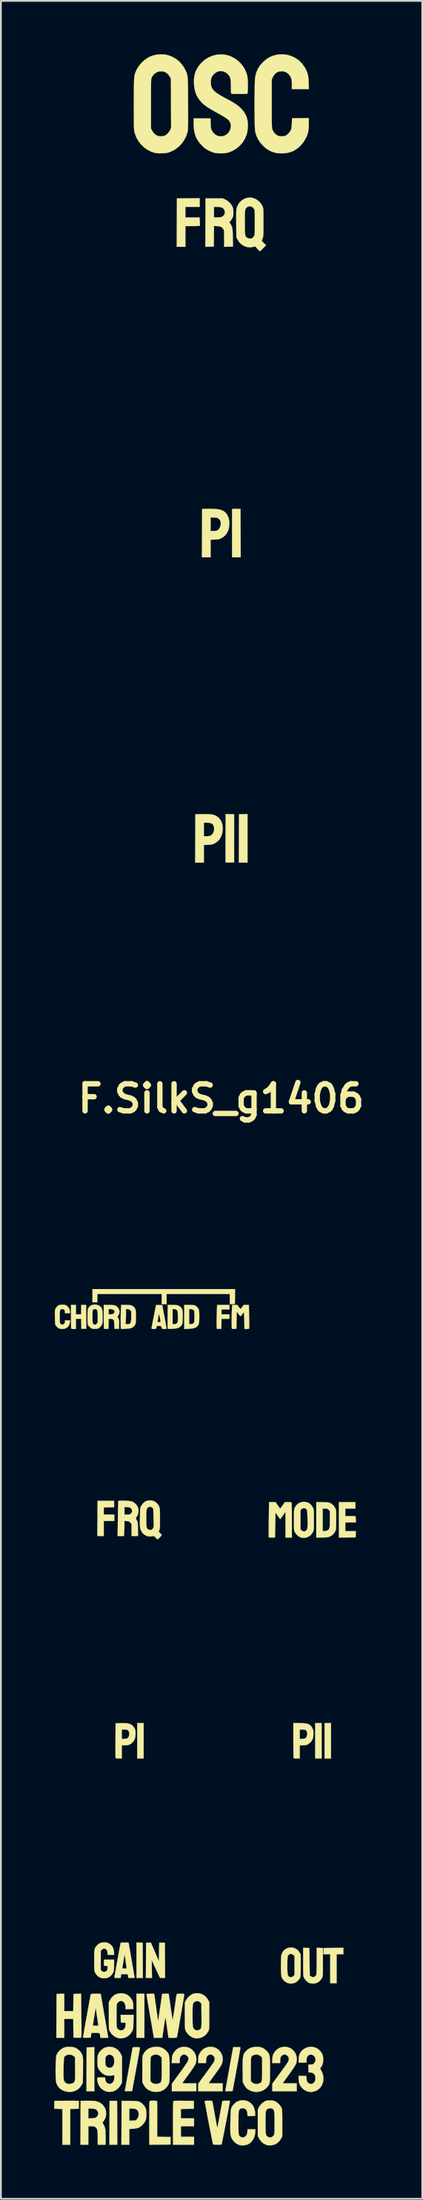
<source format=kicad_pcb>
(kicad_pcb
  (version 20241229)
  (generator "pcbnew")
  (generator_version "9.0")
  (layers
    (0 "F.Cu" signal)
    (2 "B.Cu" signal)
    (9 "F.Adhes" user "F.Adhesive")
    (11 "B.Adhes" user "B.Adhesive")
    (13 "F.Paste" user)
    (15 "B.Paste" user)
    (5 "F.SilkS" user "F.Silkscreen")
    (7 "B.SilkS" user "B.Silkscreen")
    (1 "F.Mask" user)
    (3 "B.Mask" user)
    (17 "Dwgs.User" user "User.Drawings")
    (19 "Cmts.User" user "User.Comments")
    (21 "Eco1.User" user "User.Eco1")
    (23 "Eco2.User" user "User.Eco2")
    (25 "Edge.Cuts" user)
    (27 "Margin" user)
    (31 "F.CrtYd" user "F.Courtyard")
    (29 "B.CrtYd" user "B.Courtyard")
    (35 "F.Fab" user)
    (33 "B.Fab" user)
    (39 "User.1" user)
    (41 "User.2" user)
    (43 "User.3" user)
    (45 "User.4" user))
  (footprint "F.SilkS_g1406"
    (layer "F.Cu")
    (at 9.392 58.727)
    (property "Reference" "F.SilkS_g1406" (at 0 0 0) (layer "F.SilkS") (effects (font (size 1.524 1.524) (thickness 0.3))))
    (attr through_hole)
    (fp_poly (pts (xy -4.36 37.105) (xy -4.72 37.105) (xy -4.72 35.115) (xy -4.36 35.115) (xy -4.36 37.105)) (stroke (width 0.01) (type solid)) (fill yes) (layer "F.SilkS"))
    (fp_poly (pts (xy -4.318 52.811) (xy -4.763 52.811) (xy -4.763 50.334) (xy -4.318 50.334) (xy -4.318 52.811)) (stroke (width 0.01) (type solid)) (fill yes) (layer "F.SilkS"))
    (fp_poly (pts (xy 5.652 37.105) (xy 5.292 37.105) (xy 5.292 35.115) (xy 5.652 35.115) (xy 5.652 37.105)) (stroke (width 0.01) (type solid)) (fill yes) (layer "F.SilkS"))
    (fp_poly (pts (xy 6.181 37.105) (xy 5.821 37.105) (xy 5.821 35.115) (xy 6.181 35.115) (xy 6.181 37.105)) (stroke (width 0.01) (type solid)) (fill yes) (layer "F.SilkS"))
    (fp_poly (pts (xy -4.413 47.466) (xy -4.408 48.456) (xy -4.402 49.445) (xy -4.763 49.445) (xy -4.763 47.454) (xy -4.413 47.466)) (stroke (width 0.01) (type solid)) (fill yes) (layer "F.SilkS"))
    (fp_poly (pts (xy 1.482 -13.271) (xy 0.995 -13.271) (xy 1 -14.631) (xy 1.005 -15.991) (xy 1.482 -16.003) (xy 1.482 -13.271)) (stroke (width 0.01) (type solid)) (fill yes) (layer "F.SilkS"))
    (fp_poly (pts (xy -7.133 55.816) (xy -7.578 55.816) (xy -7.573 54.584) (xy -7.567 53.351) (xy -7.35 53.345) (xy -7.133 53.339) (xy -7.133 55.816)) (stroke (width 0.01) (type solid)) (fill yes) (layer "F.SilkS"))
    (fp_poly (pts (xy -5.847 57.589) (xy -5.842 58.822) (xy -6.287 58.822) (xy -6.281 57.589) (xy -6.276 56.356) (xy -5.853 56.356) (xy -5.847 57.589)) (stroke (width 0.01) (type solid)) (fill yes) (layer "F.SilkS"))
    (fp_poly (pts (xy 6.879 48.112) (xy 6.498 48.112) (xy 6.498 49.742) (xy 6.138 49.742) (xy 6.138 48.112) (xy 5.756 48.112) (xy 5.768 47.763) (xy 6.879 47.751) (xy 6.879 48.112)) (stroke (width 0.01) (type solid)) (fill yes) (layer "F.SilkS"))
    (fp_poly (pts (xy 0.863 -33.165) (xy 0.9 -33.164) (xy 1.09 -33.158) (xy 1.101 -30.438) (xy 0.614 -30.438) (xy 0.614 -33.146) (xy 0.661 -33.158) (xy 0.704 -33.163) (xy 0.775 -33.165) (xy 0.863 -33.165)) (stroke (width 0.01) (type solid)) (fill yes) (layer "F.SilkS"))
    (fp_poly (pts (xy -6.022 22.976) (xy -6.313 22.982) (xy -6.604 22.988) (xy -6.604 23.389) (xy -6.011 23.389) (xy -6.011 23.749) (xy -6.604 23.749) (xy -6.604 24.596) (xy -6.964 24.596) (xy -6.953 22.617) (xy -6.022 22.617) (xy -6.022 22.976)) (stroke (width 0.01) (type solid)) (fill yes) (layer "F.SilkS"))
    (fp_poly (pts (xy 0.773 11.546) (xy 0.63 11.553) (xy 0.487 11.559) (xy 0.487 10.986) (xy -3.069 10.986) (xy -3.069 11.557) (xy -3.344 11.557) (xy -3.344 10.986) (xy -6.964 10.986) (xy -6.964 11.451) (xy -7.239 11.451) (xy -7.239 10.71) (xy 0.784 10.71) (xy 0.773 11.546)) (stroke (width 0.01) (type solid)) (fill yes) (layer "F.SilkS"))
    (fp_poly (pts (xy 7.556 23.05) (xy 6.985 23.05) (xy 6.985 23.474) (xy 7.551 23.474) (xy 7.564 23.54) (xy 7.572 23.601) (xy 7.577 23.68) (xy 7.578 23.72) (xy 7.578 23.834) (xy 6.985 23.834) (xy 6.985 24.32) (xy 7.579 24.32) (xy 7.573 24.495) (xy 7.567 24.67) (xy 7.096 24.675) (xy 6.625 24.681) (xy 6.625 22.691) (xy 7.556 22.691) (xy 7.556 23.05)) (stroke (width 0.01) (type solid)) (fill yes) (layer "F.SilkS"))
    (fp_poly (pts (xy 0.73 -15.991) (xy 0.73 -13.282) (xy 0.495 -13.276) (xy 0.385 -13.275) (xy 0.311 -13.277) (xy 0.269 -13.284) (xy 0.252 -13.296) (xy 0.251 -13.297) (xy 0.25 -13.323) (xy 0.249 -13.387) (xy 0.248 -13.486) (xy 0.248 -13.616) (xy 0.247 -13.774) (xy 0.247 -13.957) (xy 0.247 -14.159) (xy 0.248 -14.379) (xy 0.249 -14.611) (xy 0.249 -14.664) (xy 0.255 -16.003) (xy 0.73 -15.991)) (stroke (width 0.01) (type solid)) (fill yes) (layer "F.SilkS"))
    (fp_poly (pts (xy -3.725 47.983) (xy -3.503 48.5) (xy -3.493 47.983) (xy -3.482 47.466) (xy -3.164 47.466) (xy -3.159 48.456) (xy -3.153 49.445) (xy -3.296 49.445) (xy -3.44 49.444) (xy -3.545 49.217) (xy -3.597 49.106) (xy -3.659 48.973) (xy -3.723 48.837) (xy -3.778 48.72) (xy -3.905 48.45) (xy -3.892 49.445) (xy -4.234 49.445) (xy -4.228 48.456) (xy -4.223 47.466) (xy -3.948 47.466) (xy -3.725 47.983)) (stroke (width 0.01) (type solid)) (fill yes) (layer "F.SilkS"))
    (fp_poly (pts (xy -8.294 56.349) (xy -8.183 56.351) (xy -8.102 56.353) (xy -8.055 56.355) (xy -8.048 56.356) (xy -8.026 56.363) (xy -8.012 56.378) (xy -8.005 56.407) (xy -8.003 56.46) (xy -8.004 56.544) (xy -8.006 56.584) (xy -8.012 56.801) (xy -8.488 56.813) (xy -8.488 58.822) (xy -8.932 58.822) (xy -8.932 56.813) (xy -9.16 56.807) (xy -9.387 56.801) (xy -9.387 56.356) (xy -8.742 56.35) (xy -8.579 56.349) (xy -8.427 56.349) (xy -8.294 56.349)) (stroke (width 0.01) (type solid)) (fill yes) (layer "F.SilkS"))
    (fp_poly (pts (xy -1.206 -50.144) (xy -2.011 -50.144) (xy -2.011 -49.551) (xy -1.213 -49.551) (xy -1.201 -49.324) (xy -1.197 -49.229) (xy -1.196 -49.151) (xy -1.197 -49.098) (xy -1.199 -49.08) (xy -1.222 -49.075) (xy -1.281 -49.071) (xy -1.369 -49.067) (xy -1.479 -49.065) (xy -1.604 -49.064) (xy -1.61 -49.064) (xy -2.011 -49.064) (xy -2.011 -47.9) (xy -2.498 -47.9) (xy -2.493 -49.26) (xy -2.487 -50.62) (xy -1.847 -50.626) (xy -1.206 -50.631) (xy -1.206 -50.144)) (stroke (width 0.01) (type solid)) (fill yes) (layer "F.SilkS"))
    (fp_poly (pts (xy 0.466 11.853) (xy 0.021 11.853) (xy 0.021 12.129) (xy 0.466 12.129) (xy 0.466 12.383) (xy 0.022 12.383) (xy 0.016 12.663) (xy 0.011 12.943) (xy -0.107 12.95) (xy -0.174 12.951) (xy -0.223 12.946) (xy -0.239 12.941) (xy -0.245 12.914) (xy -0.249 12.85) (xy -0.252 12.755) (xy -0.253 12.634) (xy -0.253 12.493) (xy -0.251 12.338) (xy -0.247 12.173) (xy -0.242 12.004) (xy -0.24 11.952) (xy -0.226 11.599) (xy 0.466 11.599) (xy 0.466 11.853)) (stroke (width 0.01) (type solid)) (fill yes) (layer "F.SilkS"))
    (fp_poly (pts (xy -8.826 51.308) (xy -8.319 51.308) (xy -8.314 50.826) (xy -8.308 50.345) (xy -8.094 50.339) (xy -7.88 50.333) (xy -7.864 51.553) (xy -7.861 51.817) (xy -7.859 52.055) (xy -7.858 52.263) (xy -7.858 52.44) (xy -7.859 52.583) (xy -7.861 52.691) (xy -7.864 52.762) (xy -7.868 52.792) (xy -7.869 52.793) (xy -7.897 52.801) (xy -7.958 52.806) (xy -8.04 52.807) (xy -8.098 52.806) (xy -8.308 52.8) (xy -8.314 52.276) (xy -8.319 51.752) (xy -8.826 51.752) (xy -8.826 52.811) (xy -9.271 52.811) (xy -9.266 51.578) (xy -9.26 50.345) (xy -9.043 50.339) (xy -8.826 50.333) (xy -8.826 51.308)) (stroke (width 0.01) (type solid)) (fill yes) (layer "F.SilkS"))
    (fp_poly (pts (xy -8.17 12.129) (xy -7.874 12.129) (xy -7.874 11.599) (xy -7.599 11.599) (xy -7.594 12.139) (xy -7.593 12.294) (xy -7.592 12.443) (xy -7.591 12.578) (xy -7.59 12.691) (xy -7.589 12.774) (xy -7.589 12.811) (xy -7.588 12.943) (xy -7.863 12.943) (xy -7.869 12.663) (xy -7.875 12.383) (xy -8.17 12.383) (xy -8.17 12.954) (xy -8.294 12.954) (xy -8.363 12.952) (xy -8.413 12.946) (xy -8.431 12.94) (xy -8.435 12.916) (xy -8.438 12.855) (xy -8.441 12.762) (xy -8.443 12.642) (xy -8.445 12.501) (xy -8.445 12.344) (xy -8.445 12.263) (xy -8.445 11.599) (xy -8.17 11.599) (xy -8.17 12.129)) (stroke (width 0.01) (type solid)) (fill yes) (layer "F.SilkS"))
    (fp_poly (pts (xy -2.213 56.35) (xy -2.093 56.351) (xy -1.535 56.356) (xy -1.535 56.801) (xy -1.9 56.807) (xy -2.265 56.812) (xy -2.265 57.34) (xy -1.524 57.34) (xy -1.524 57.785) (xy -2.265 57.785) (xy -2.265 58.378) (xy -1.524 58.378) (xy -1.524 58.822) (xy -2.709 58.822) (xy -2.709 57.608) (xy -2.709 57.344) (xy -2.709 57.119) (xy -2.708 56.93) (xy -2.706 56.775) (xy -2.704 56.65) (xy -2.702 56.552) (xy -2.699 56.479) (xy -2.695 56.427) (xy -2.69 56.393) (xy -2.684 56.374) (xy -2.68 56.369) (xy -2.654 56.361) (xy -2.597 56.355) (xy -2.506 56.351) (xy -2.379 56.35) (xy -2.213 56.35)) (stroke (width 0.01) (type solid)) (fill yes) (layer "F.SilkS"))
    (fp_poly (pts (xy -3.735 56.348) (xy -3.666 56.354) (xy -3.619 56.364) (xy -3.607 56.37) (xy -3.604 56.396) (xy -3.601 56.46) (xy -3.599 56.557) (xy -3.597 56.684) (xy -3.596 56.836) (xy -3.596 57.009) (xy -3.596 57.199) (xy -3.596 57.386) (xy -3.601 58.377) (xy -3.224 58.382) (xy -2.847 58.388) (xy -2.847 58.812) (xy -3.445 58.817) (xy -4.043 58.823) (xy -4.043 57.597) (xy -4.043 57.337) (xy -4.042 57.115) (xy -4.042 56.93) (xy -4.041 56.778) (xy -4.039 56.655) (xy -4.037 56.558) (xy -4.034 56.485) (xy -4.031 56.432) (xy -4.026 56.396) (xy -4.021 56.374) (xy -4.015 56.362) (xy -4.009 56.359) (xy -3.965 56.35) (xy -3.897 56.346) (xy -3.816 56.345) (xy -3.735 56.348)) (stroke (width 0.01) (type solid)) (fill yes) (layer "F.SilkS"))
    (fp_poly (pts (xy 1.078 53.398) (xy 1.074 53.429) (xy 1.063 53.498) (xy 1.046 53.601) (xy 1.023 53.733) (xy 0.995 53.891) (xy 0.963 54.071) (xy 0.927 54.269) (xy 0.888 54.481) (xy 0.861 54.631) (xy 0.644 55.806) (xy 0.439 55.812) (xy 0.351 55.814) (xy 0.282 55.813) (xy 0.241 55.81) (xy 0.233 55.807) (xy 0.236 55.785) (xy 0.247 55.725) (xy 0.263 55.633) (xy 0.285 55.513) (xy 0.31 55.369) (xy 0.339 55.207) (xy 0.371 55.03) (xy 0.405 54.843) (xy 0.439 54.652) (xy 0.474 54.46) (xy 0.508 54.271) (xy 0.541 54.091) (xy 0.571 53.925) (xy 0.598 53.776) (xy 0.621 53.649) (xy 0.64 53.549) (xy 0.653 53.48) (xy 0.658 53.451) (xy 0.68 53.34) (xy 1.079 53.34) (xy 1.078 53.398)) (stroke (width 0.01) (type solid)) (fill yes) (layer "F.SilkS"))
    (fp_poly (pts (xy -4.68 53.34) (xy -4.621 53.343) (xy -4.589 53.35) (xy -4.575 53.363) (xy -4.572 53.384) (xy -4.572 53.388) (xy -4.576 53.417) (xy -4.587 53.484) (xy -4.604 53.584) (xy -4.627 53.715) (xy -4.655 53.872) (xy -4.687 54.051) (xy -4.723 54.248) (xy -4.761 54.459) (xy -4.791 54.621) (xy -5.009 55.806) (xy -5.214 55.812) (xy -5.301 55.813) (xy -5.37 55.813) (xy -5.411 55.81) (xy -5.419 55.807) (xy -5.415 55.784) (xy -5.405 55.725) (xy -5.388 55.632) (xy -5.367 55.512) (xy -5.341 55.368) (xy -5.312 55.205) (xy -5.28 55.027) (xy -5.247 54.839) (xy -5.212 54.645) (xy -5.177 54.45) (xy -5.142 54.259) (xy -5.109 54.076) (xy -5.078 53.905) (xy -5.051 53.75) (xy -5.026 53.618) (xy -5.007 53.511) (xy -4.993 53.434) (xy -4.985 53.393) (xy -4.984 53.388) (xy -4.977 53.365) (xy -4.961 53.352) (xy -4.928 53.344) (xy -4.87 53.341) (xy -4.779 53.34) (xy -4.773 53.34) (xy -4.68 53.34)) (stroke (width 0.01) (type solid)) (fill yes) (layer "F.SilkS"))
    (fp_poly (pts (xy -0.315 -33.156) (xy -0.157 -33.138) (xy -0.027 -33.11) (xy 0.081 -33.069) (xy 0.172 -33.015) (xy 0.25 -32.947) (xy 0.274 -32.921) (xy 0.364 -32.791) (xy 0.425 -32.639) (xy 0.456 -32.46) (xy 0.461 -32.405) (xy 0.455 -32.193) (xy 0.416 -32.001) (xy 0.344 -31.832) (xy 0.241 -31.688) (xy 0.108 -31.572) (xy 0.008 -31.514) (xy -0.06 -31.483) (xy -0.119 -31.462) (xy -0.183 -31.449) (xy -0.264 -31.441) (xy -0.362 -31.437) (xy -0.593 -31.427) (xy -0.593 -30.438) (xy -1.08 -30.438) (xy -1.074 -31.798) (xy -1.074 -31.919) (xy -0.593 -31.919) (xy -0.426 -31.919) (xy -0.334 -31.922) (xy -0.27 -31.93) (xy -0.22 -31.948) (xy -0.188 -31.967) (xy -0.113 -32.04) (xy -0.058 -32.14) (xy -0.026 -32.253) (xy -0.019 -32.369) (xy -0.04 -32.476) (xy -0.069 -32.535) (xy -0.131 -32.605) (xy -0.209 -32.651) (xy -0.313 -32.675) (xy -0.429 -32.681) (xy -0.593 -32.681) (xy -0.593 -31.919) (xy -1.074 -31.919) (xy -1.069 -33.158) (xy -0.73 -33.164) (xy -0.504 -33.164) (xy -0.315 -33.156)) (stroke (width 0.01) (type solid)) (fill yes) (layer "F.SilkS"))
    (fp_poly (pts (xy -0.674 -15.992) (xy -0.531 -15.977) (xy -0.413 -15.952) (xy -0.314 -15.916) (xy -0.23 -15.867) (xy -0.153 -15.805) (xy -0.109 -15.76) (xy -0.015 -15.634) (xy 0.047 -15.493) (xy 0.082 -15.326) (xy 0.083 -15.314) (xy 0.089 -15.106) (xy 0.061 -14.912) (xy -0.001 -14.736) (xy -0.093 -14.581) (xy -0.213 -14.453) (xy -0.361 -14.354) (xy -0.372 -14.348) (xy -0.439 -14.318) (xy -0.498 -14.298) (xy -0.564 -14.285) (xy -0.649 -14.277) (xy -0.74 -14.271) (xy -0.974 -14.26) (xy -0.974 -13.271) (xy -1.461 -13.271) (xy -1.455 -14.631) (xy -1.452 -15.515) (xy -0.974 -15.515) (xy -0.974 -14.753) (xy -0.825 -14.753) (xy -0.738 -14.757) (xy -0.657 -14.769) (xy -0.605 -14.783) (xy -0.521 -14.84) (xy -0.455 -14.926) (xy -0.412 -15.031) (xy -0.393 -15.147) (xy -0.401 -15.264) (xy -0.437 -15.371) (xy -0.455 -15.401) (xy -0.509 -15.456) (xy -0.591 -15.493) (xy -0.705 -15.512) (xy -0.804 -15.515) (xy -0.974 -15.515) (xy -1.452 -15.515) (xy -1.45 -15.991) (xy -1.058 -15.998) (xy -0.848 -15.998) (xy -0.674 -15.992)) (stroke (width 0.01) (type solid)) (fill yes) (layer "F.SilkS"))
    (fp_poly (pts (xy -5.175 56.357) (xy -4.999 56.359) (xy -4.858 56.364) (xy -4.747 56.374) (xy -4.658 56.39) (xy -4.586 56.415) (xy -4.523 56.45) (xy -4.463 56.496) (xy -4.401 56.556) (xy -4.319 56.648) (xy -4.262 56.741) (xy -4.226 56.845) (xy -4.207 56.969) (xy -4.203 57.118) (xy -4.211 57.279) (xy -4.236 57.41) (xy -4.283 57.523) (xy -4.355 57.628) (xy -4.433 57.713) (xy -4.52 57.792) (xy -4.607 57.849) (xy -4.702 57.887) (xy -4.817 57.911) (xy -4.964 57.926) (xy -4.969 57.927) (xy -5.165 57.94) (xy -5.165 58.822) (xy -5.61 58.822) (xy -5.604 57.589) (xy -5.604 57.468) (xy -5.165 57.468) (xy -4.989 57.468) (xy -4.901 57.466) (xy -4.844 57.461) (xy -4.806 57.45) (xy -4.776 57.428) (xy -4.757 57.409) (xy -4.688 57.314) (xy -4.649 57.208) (xy -4.637 57.098) (xy -4.653 56.994) (xy -4.696 56.905) (xy -4.767 56.838) (xy -4.785 56.827) (xy -4.867 56.801) (xy -4.983 56.791) (xy -5.011 56.79) (xy -5.165 56.79) (xy -5.165 57.468) (xy -5.604 57.468) (xy -5.599 56.356) (xy -5.175 56.357)) (stroke (width 0.01) (type solid)) (fill yes) (layer "F.SilkS"))
    (fp_poly (pts (xy -1.673 11.601) (xy -1.572 11.609) (xy -1.495 11.625) (xy -1.434 11.652) (xy -1.381 11.692) (xy -1.34 11.732) (xy -1.299 11.781) (xy -1.269 11.834) (xy -1.249 11.898) (xy -1.236 11.981) (xy -1.23 12.09) (xy -1.228 12.233) (xy -1.228 12.253) (xy -1.23 12.406) (xy -1.236 12.524) (xy -1.247 12.614) (xy -1.266 12.684) (xy -1.293 12.739) (xy -1.324 12.782) (xy -1.382 12.839) (xy -1.452 12.881) (xy -1.542 12.91) (xy -1.659 12.93) (xy -1.81 12.942) (xy -1.815 12.943) (xy -2.074 12.957) (xy -2.074 11.832) (xy -1.799 11.832) (xy -1.799 12.679) (xy -1.703 12.679) (xy -1.628 12.672) (xy -1.575 12.645) (xy -1.555 12.627) (xy -1.534 12.605) (xy -1.52 12.581) (xy -1.511 12.548) (xy -1.506 12.498) (xy -1.504 12.424) (xy -1.503 12.317) (xy -1.503 12.269) (xy -1.504 12.157) (xy -1.506 12.058) (xy -1.51 11.982) (xy -1.514 11.936) (xy -1.516 11.928) (xy -1.551 11.887) (xy -1.614 11.853) (xy -1.691 11.834) (xy -1.724 11.832) (xy -1.799 11.832) (xy -2.074 11.832) (xy -2.074 11.599) (xy -1.808 11.599) (xy -1.673 11.601)) (stroke (width 0.01) (type solid)) (fill yes) (layer "F.SilkS"))
    (fp_poly (pts (xy 0.993 11.716) (xy 1.038 11.774) (xy 1.073 11.815) (xy 1.09 11.832) (xy 1.09 11.832) (xy 1.106 11.817) (xy 1.141 11.776) (xy 1.185 11.718) (xy 1.187 11.716) (xy 1.275 11.599) (xy 1.56 11.599) (xy 1.574 12.256) (xy 1.577 12.419) (xy 1.58 12.569) (xy 1.581 12.7) (xy 1.581 12.807) (xy 1.58 12.884) (xy 1.578 12.927) (xy 1.576 12.934) (xy 1.55 12.945) (xy 1.495 12.952) (xy 1.438 12.954) (xy 1.312 12.954) (xy 1.31 12.716) (xy 1.307 12.585) (xy 1.302 12.437) (xy 1.297 12.294) (xy 1.294 12.237) (xy 1.281 11.997) (xy 1.196 12.115) (xy 1.15 12.174) (xy 1.112 12.217) (xy 1.089 12.234) (xy 1.088 12.234) (xy 1.066 12.218) (xy 1.027 12.176) (xy 0.98 12.116) (xy 0.972 12.105) (xy 0.878 11.976) (xy 0.868 12.46) (xy 0.857 12.943) (xy 0.74 12.95) (xy 0.673 12.951) (xy 0.624 12.946) (xy 0.608 12.941) (xy 0.603 12.915) (xy 0.599 12.854) (xy 0.596 12.763) (xy 0.594 12.649) (xy 0.593 12.519) (xy 0.594 12.38) (xy 0.595 12.237) (xy 0.598 12.098) (xy 0.602 11.968) (xy 0.607 11.857) (xy 0.62 11.599) (xy 0.905 11.599) (xy 0.993 11.716)) (stroke (width 0.01) (type solid)) (fill yes) (layer "F.SilkS"))
    (fp_poly (pts (xy 5.551 47.756) (xy 5.726 47.763) (xy 5.726 48.556) (xy 5.726 48.761) (xy 5.725 48.927) (xy 5.724 49.06) (xy 5.723 49.164) (xy 5.72 49.244) (xy 5.716 49.303) (xy 5.711 49.347) (xy 5.704 49.379) (xy 5.695 49.405) (xy 5.684 49.428) (xy 5.679 49.437) (xy 5.586 49.576) (xy 5.475 49.676) (xy 5.347 49.738) (xy 5.201 49.761) (xy 5.176 49.761) (xy 5.093 49.756) (xy 5.017 49.745) (xy 4.979 49.736) (xy 4.897 49.695) (xy 4.811 49.626) (xy 4.732 49.541) (xy 4.672 49.452) (xy 4.664 49.436) (xy 4.652 49.407) (xy 4.641 49.38) (xy 4.633 49.349) (xy 4.627 49.309) (xy 4.622 49.257) (xy 4.619 49.188) (xy 4.617 49.096) (xy 4.615 48.978) (xy 4.615 48.829) (xy 4.615 48.645) (xy 4.615 48.54) (xy 4.614 47.75) (xy 4.789 47.756) (xy 4.964 47.763) (xy 4.974 48.532) (xy 4.985 49.301) (xy 5.044 49.352) (xy 5.121 49.394) (xy 5.202 49.399) (xy 5.276 49.368) (xy 5.335 49.305) (xy 5.356 49.262) (xy 5.361 49.229) (xy 5.366 49.159) (xy 5.369 49.056) (xy 5.372 48.928) (xy 5.375 48.777) (xy 5.376 48.611) (xy 5.376 48.48) (xy 5.376 47.75) (xy 5.551 47.756)) (stroke (width 0.01) (type solid)) (fill yes) (layer "F.SilkS"))
    (fp_poly (pts (xy 4.585 35.119) (xy 4.735 35.132) (xy 4.854 35.155) (xy 4.947 35.192) (xy 5.022 35.244) (xy 5.082 35.313) (xy 5.135 35.403) (xy 5.138 35.409) (xy 5.167 35.474) (xy 5.185 35.533) (xy 5.193 35.6) (xy 5.195 35.69) (xy 5.195 35.719) (xy 5.184 35.879) (xy 5.15 36.01) (xy 5.089 36.121) (xy 5.002 36.217) (xy 4.917 36.287) (xy 4.835 36.332) (xy 4.742 36.356) (xy 4.624 36.364) (xy 4.594 36.364) (xy 4.424 36.364) (xy 4.424 37.105) (xy 4.258 37.105) (xy 4.178 37.103) (xy 4.115 37.099) (xy 4.081 37.093) (xy 4.078 37.091) (xy 4.075 37.068) (xy 4.073 37.006) (xy 4.07 36.911) (xy 4.068 36.786) (xy 4.066 36.636) (xy 4.065 36.464) (xy 4.064 36.276) (xy 4.064 36.096) (xy 4.064 35.475) (xy 4.424 35.475) (xy 4.424 36.005) (xy 4.557 36.005) (xy 4.666 35.996) (xy 4.736 35.972) (xy 4.739 35.97) (xy 4.796 35.908) (xy 4.831 35.826) (xy 4.844 35.732) (xy 4.836 35.64) (xy 4.805 35.56) (xy 4.753 35.503) (xy 4.743 35.497) (xy 4.701 35.486) (xy 4.632 35.478) (xy 4.563 35.475) (xy 4.424 35.475) (xy 4.064 35.475) (xy 4.064 35.115) (xy 4.399 35.115) (xy 4.585 35.119)) (stroke (width 0.01) (type solid)) (fill yes) (layer "F.SilkS"))
    (fp_poly (pts (xy -5.384 35.121) (xy -5.285 35.127) (xy -5.217 35.136) (xy -5.214 35.136) (xy -5.079 35.186) (xy -4.968 35.27) (xy -4.88 35.39) (xy -4.879 35.392) (xy -4.849 35.451) (xy -4.83 35.502) (xy -4.82 35.56) (xy -4.816 35.636) (xy -4.816 35.708) (xy -4.824 35.861) (xy -4.852 35.986) (xy -4.903 36.093) (xy -4.982 36.193) (xy -4.991 36.203) (xy -5.077 36.28) (xy -5.169 36.329) (xy -5.276 36.356) (xy -5.412 36.364) (xy -5.413 36.364) (xy -5.588 36.364) (xy -5.588 37.105) (xy -5.758 37.105) (xy -5.857 37.102) (xy -5.916 37.093) (xy -5.938 37.079) (xy -5.94 37.053) (xy -5.942 36.989) (xy -5.943 36.891) (xy -5.944 36.764) (xy -5.944 36.612) (xy -5.944 36.44) (xy -5.944 36.251) (xy -5.943 36.089) (xy -5.939 35.475) (xy -5.588 35.475) (xy -5.588 36.005) (xy -5.455 36.005) (xy -5.346 35.996) (xy -5.276 35.972) (xy -5.273 35.97) (xy -5.216 35.908) (xy -5.181 35.826) (xy -5.168 35.732) (xy -5.176 35.64) (xy -5.206 35.56) (xy -5.259 35.503) (xy -5.269 35.497) (xy -5.311 35.486) (xy -5.38 35.478) (xy -5.449 35.475) (xy -5.588 35.475) (xy -5.939 35.475) (xy -5.937 35.126) (xy -5.63 35.119) (xy -5.503 35.119) (xy -5.384 35.121)) (stroke (width 0.01) (type solid)) (fill yes) (layer "F.SilkS"))
    (fp_poly (pts (xy -6.324 11.6) (xy -6.178 11.603) (xy -6.066 11.612) (xy -5.98 11.631) (xy -5.912 11.661) (xy -5.853 11.706) (xy -5.806 11.754) (xy -5.742 11.856) (xy -5.717 11.968) (xy -5.733 12.083) (xy -5.785 12.19) (xy -5.833 12.261) (xy -5.784 12.358) (xy -5.763 12.405) (xy -5.749 12.45) (xy -5.741 12.504) (xy -5.739 12.577) (xy -5.74 12.681) (xy -5.741 12.7) (xy -5.747 12.943) (xy -6.001 12.943) (xy -6.011 12.703) (xy -6.017 12.598) (xy -6.023 12.527) (xy -6.032 12.48) (xy -6.045 12.45) (xy -6.065 12.429) (xy -6.072 12.423) (xy -6.141 12.391) (xy -6.225 12.383) (xy -6.328 12.383) (xy -6.334 12.663) (xy -6.339 12.943) (xy -6.457 12.95) (xy -6.524 12.951) (xy -6.573 12.946) (xy -6.589 12.941) (xy -6.593 12.917) (xy -6.596 12.855) (xy -6.599 12.762) (xy -6.601 12.642) (xy -6.603 12.501) (xy -6.604 12.344) (xy -6.604 12.263) (xy -6.604 11.832) (xy -6.329 11.832) (xy -6.329 12.129) (xy -6.235 12.129) (xy -6.163 12.124) (xy -6.101 12.112) (xy -6.088 12.108) (xy -6.028 12.066) (xy -5.998 12.002) (xy -6 11.945) (xy -6.032 11.896) (xy -6.097 11.859) (xy -6.184 11.836) (xy -6.243 11.832) (xy -6.329 11.832) (xy -6.604 11.832) (xy -6.604 11.599) (xy -6.324 11.6)) (stroke (width 0.01) (type solid)) (fill yes) (layer "F.SilkS"))
    (fp_poly (pts (xy 3.186 22.871) (xy 3.239 22.945) (xy 3.283 23.005) (xy 3.313 23.042) (xy 3.323 23.05) (xy 3.34 23.034) (xy 3.375 22.99) (xy 3.422 22.925) (xy 3.46 22.871) (xy 3.584 22.691) (xy 3.769 22.691) (xy 3.862 22.692) (xy 3.92 22.697) (xy 3.953 22.708) (xy 3.966 22.724) (xy 3.969 22.752) (xy 3.972 22.817) (xy 3.974 22.916) (xy 3.976 23.044) (xy 3.977 23.197) (xy 3.978 23.37) (xy 3.979 23.559) (xy 3.979 23.719) (xy 3.979 24.68) (xy 3.619 24.68) (xy 3.619 23.233) (xy 3.479 23.438) (xy 3.423 23.518) (xy 3.374 23.584) (xy 3.34 23.628) (xy 3.324 23.643) (xy 3.307 23.627) (xy 3.272 23.582) (xy 3.225 23.517) (xy 3.184 23.458) (xy 3.059 23.273) (xy 3.046 23.972) (xy 3.043 24.139) (xy 3.04 24.292) (xy 3.037 24.427) (xy 3.035 24.537) (xy 3.033 24.618) (xy 3.031 24.665) (xy 3.03 24.675) (xy 3.007 24.68) (xy 2.954 24.681) (xy 2.884 24.681) (xy 2.81 24.678) (xy 2.742 24.674) (xy 2.695 24.669) (xy 2.68 24.664) (xy 2.679 24.64) (xy 2.677 24.578) (xy 2.677 24.482) (xy 2.677 24.357) (xy 2.678 24.206) (xy 2.679 24.035) (xy 2.68 23.846) (xy 2.683 23.669) (xy 2.695 22.691) (xy 3.063 22.691) (xy 3.186 22.871)) (stroke (width 0.01) (type solid)) (fill yes) (layer "F.SilkS"))
    (fp_poly (pts (xy -2.598 11.602) (xy -2.49 11.613) (xy -2.408 11.634) (xy -2.343 11.667) (xy -2.286 11.716) (xy -2.257 11.748) (xy -2.221 11.797) (xy -2.194 11.851) (xy -2.176 11.916) (xy -2.166 12) (xy -2.161 12.109) (xy -2.161 12.251) (xy -2.162 12.313) (xy -2.165 12.44) (xy -2.169 12.533) (xy -2.173 12.599) (xy -2.181 12.645) (xy -2.193 12.681) (xy -2.211 12.712) (xy -2.233 12.745) (xy -2.291 12.814) (xy -2.357 12.865) (xy -2.44 12.901) (xy -2.546 12.924) (xy -2.685 12.939) (xy -2.744 12.943) (xy -2.872 12.948) (xy -2.957 12.947) (xy -3.002 12.94) (xy -3.009 12.934) (xy -3.01 12.908) (xy -3.012 12.845) (xy -3.012 12.751) (xy -3.012 12.629) (xy -3.012 12.487) (xy -3.011 12.33) (xy -3.01 12.256) (xy -3.007 11.832) (xy -2.731 11.832) (xy -2.731 12.679) (xy -2.634 12.679) (xy -2.56 12.672) (xy -2.507 12.645) (xy -2.486 12.627) (xy -2.466 12.604) (xy -2.451 12.58) (xy -2.442 12.546) (xy -2.437 12.495) (xy -2.435 12.419) (xy -2.434 12.31) (xy -2.434 12.279) (xy -2.436 12.157) (xy -2.441 12.054) (xy -2.448 11.976) (xy -2.457 11.932) (xy -2.458 11.931) (xy -2.506 11.873) (xy -2.586 11.839) (xy -2.657 11.832) (xy -2.731 11.832) (xy -3.007 11.832) (xy -3.004 11.599) (xy -2.74 11.599) (xy -2.598 11.602)) (stroke (width 0.01) (type solid)) (fill yes) (layer "F.SilkS"))
    (fp_poly (pts (xy 5.71 22.694) (xy 5.84 22.697) (xy 5.936 22.7) (xy 6.006 22.705) (xy 6.057 22.713) (xy 6.098 22.725) (xy 6.137 22.742) (xy 6.18 22.766) (xy 6.181 22.767) (xy 6.295 22.852) (xy 6.387 22.965) (xy 6.449 23.093) (xy 6.457 23.118) (xy 6.465 23.171) (xy 6.47 23.262) (xy 6.473 23.389) (xy 6.474 23.547) (xy 6.473 23.724) (xy 6.471 23.888) (xy 6.468 24.014) (xy 6.465 24.11) (xy 6.461 24.182) (xy 6.454 24.234) (xy 6.446 24.272) (xy 6.435 24.303) (xy 6.42 24.333) (xy 6.42 24.334) (xy 6.345 24.451) (xy 6.26 24.538) (xy 6.153 24.605) (xy 6.143 24.61) (xy 6.094 24.633) (xy 6.05 24.649) (xy 6.002 24.66) (xy 5.94 24.668) (xy 5.857 24.673) (xy 5.744 24.676) (xy 5.689 24.677) (xy 5.355 24.685) (xy 5.355 23.05) (xy 5.715 23.05) (xy 5.715 24.326) (xy 5.832 24.316) (xy 5.926 24.3) (xy 5.998 24.27) (xy 6.007 24.264) (xy 6.041 24.236) (xy 6.067 24.207) (xy 6.087 24.17) (xy 6.1 24.12) (xy 6.109 24.051) (xy 6.114 23.958) (xy 6.116 23.834) (xy 6.117 23.674) (xy 6.117 23.657) (xy 6.117 23.194) (xy 6.045 23.122) (xy 6.001 23.082) (xy 5.96 23.06) (xy 5.907 23.052) (xy 5.844 23.05) (xy 5.715 23.05) (xy 5.355 23.05) (xy 5.355 22.687) (xy 5.71 22.694)) (stroke (width 0.01) (type solid)) (fill yes) (layer "F.SilkS"))
    (fp_poly (pts (xy -1.909 53.336) (xy -1.765 53.391) (xy -1.639 53.477) (xy -1.535 53.587) (xy -1.457 53.717) (xy -1.408 53.863) (xy -1.391 54.018) (xy -1.409 54.177) (xy -1.444 54.285) (xy -1.473 54.342) (xy -1.526 54.429) (xy -1.599 54.54) (xy -1.689 54.672) (xy -1.794 54.819) (xy -1.837 54.878) (xy -1.927 55.001) (xy -2.008 55.113) (xy -2.077 55.209) (xy -2.131 55.286) (xy -2.166 55.337) (xy -2.18 55.359) (xy -2.18 55.359) (xy -2.16 55.363) (xy -2.104 55.367) (xy -2.019 55.37) (xy -1.912 55.371) (xy -1.789 55.372) (xy -1.397 55.372) (xy -1.397 55.816) (xy -2.773 55.816) (xy -2.773 55.395) (xy -2.314 54.765) (xy -2.194 54.6) (xy -2.097 54.466) (xy -2.021 54.358) (xy -1.962 54.273) (xy -1.918 54.207) (xy -1.888 54.156) (xy -1.867 54.115) (xy -1.855 54.082) (xy -1.849 54.053) (xy -1.846 54.025) (xy -1.843 53.957) (xy -1.853 53.91) (xy -1.884 53.866) (xy -1.908 53.839) (xy -1.99 53.772) (xy -2.073 53.747) (xy -2.158 53.765) (xy -2.201 53.789) (xy -2.264 53.841) (xy -2.303 53.902) (xy -2.323 53.983) (xy -2.328 54.086) (xy -2.328 54.229) (xy -2.778 54.229) (xy -2.769 54.023) (xy -2.762 53.916) (xy -2.751 53.837) (xy -2.734 53.775) (xy -2.706 53.714) (xy -2.704 53.71) (xy -2.604 53.56) (xy -2.482 53.444) (xy -2.339 53.365) (xy -2.176 53.323) (xy -2.069 53.317) (xy -1.909 53.336)) (stroke (width 0.01) (type solid)) (fill yes) (layer "F.SilkS"))
    (fp_poly (pts (xy -0.424 53.336) (xy -0.28 53.391) (xy -0.154 53.477) (xy -0.051 53.587) (xy 0.026 53.717) (xy 0.075 53.862) (xy 0.092 54.017) (xy 0.073 54.176) (xy 0.039 54.282) (xy 0.009 54.341) (xy -0.044 54.428) (xy -0.117 54.541) (xy -0.208 54.673) (xy -0.314 54.822) (xy -0.355 54.88) (xy -0.445 55.003) (xy -0.526 55.115) (xy -0.595 55.212) (xy -0.649 55.288) (xy -0.684 55.339) (xy -0.698 55.361) (xy -0.699 55.361) (xy -0.678 55.365) (xy -0.623 55.368) (xy -0.538 55.37) (xy -0.43 55.371) (xy -0.307 55.372) (xy 0.085 55.372) (xy 0.085 55.816) (xy -1.291 55.816) (xy -1.291 55.394) (xy -0.832 54.766) (xy -0.713 54.602) (xy -0.616 54.469) (xy -0.539 54.362) (xy -0.48 54.277) (xy -0.437 54.211) (xy -0.406 54.16) (xy -0.386 54.12) (xy -0.374 54.087) (xy -0.368 54.057) (xy -0.364 54.028) (xy -0.362 53.959) (xy -0.372 53.911) (xy -0.402 53.866) (xy -0.423 53.841) (xy -0.503 53.774) (xy -0.588 53.748) (xy -0.677 53.764) (xy -0.697 53.773) (xy -0.773 53.83) (xy -0.821 53.911) (xy -0.844 54.02) (xy -0.847 54.086) (xy -0.847 54.229) (xy -1.296 54.229) (xy -1.287 54.023) (xy -1.28 53.916) (xy -1.27 53.837) (xy -1.252 53.775) (xy -1.225 53.714) (xy -1.223 53.71) (xy -1.123 53.559) (xy -1.001 53.444) (xy -0.857 53.365) (xy -0.694 53.324) (xy -0.583 53.317) (xy -0.424 53.336)) (stroke (width 0.01) (type solid)) (fill yes) (layer "F.SilkS"))
    (fp_poly (pts (xy 3.746 53.336) (xy 3.89 53.391) (xy 4.015 53.477) (xy 4.119 53.587) (xy 4.196 53.717) (xy 4.245 53.862) (xy 4.262 54.017) (xy 4.243 54.176) (xy 4.209 54.282) (xy 4.179 54.341) (xy 4.126 54.428) (xy 4.052 54.541) (xy 3.962 54.673) (xy 3.856 54.822) (xy 3.814 54.88) (xy 3.725 55.003) (xy 3.644 55.115) (xy 3.575 55.212) (xy 3.521 55.288) (xy 3.485 55.339) (xy 3.471 55.361) (xy 3.471 55.361) (xy 3.491 55.365) (xy 3.547 55.368) (xy 3.632 55.37) (xy 3.74 55.371) (xy 3.863 55.372) (xy 4.255 55.372) (xy 4.255 55.816) (xy 2.879 55.816) (xy 2.879 55.394) (xy 3.338 54.766) (xy 3.457 54.602) (xy 3.554 54.469) (xy 3.631 54.362) (xy 3.689 54.277) (xy 3.733 54.211) (xy 3.763 54.16) (xy 3.784 54.12) (xy 3.796 54.087) (xy 3.802 54.057) (xy 3.806 54.027) (xy 3.809 53.958) (xy 3.799 53.912) (xy 3.77 53.869) (xy 3.744 53.839) (xy 3.662 53.772) (xy 3.578 53.747) (xy 3.493 53.765) (xy 3.45 53.789) (xy 3.388 53.841) (xy 3.349 53.902) (xy 3.329 53.983) (xy 3.323 54.086) (xy 3.323 54.229) (xy 2.874 54.229) (xy 2.883 54.023) (xy 2.889 53.916) (xy 2.9 53.837) (xy 2.918 53.775) (xy 2.945 53.714) (xy 2.947 53.71) (xy 3.047 53.559) (xy 3.169 53.444) (xy 3.312 53.365) (xy 3.476 53.324) (xy 3.586 53.317) (xy 3.746 53.336)) (stroke (width 0.01) (type solid)) (fill yes) (layer "F.SilkS"))
    (fp_poly (pts (xy -5.408 22.609) (xy -5.295 22.615) (xy -5.19 22.624) (xy -5.099 22.635) (xy -5.031 22.648) (xy -5.007 22.656) (xy -4.872 22.735) (xy -4.767 22.839) (xy -4.694 22.962) (xy -4.654 23.098) (xy -4.65 23.242) (xy -4.684 23.387) (xy -4.742 23.503) (xy -4.803 23.6) (xy -4.746 23.71) (xy -4.725 23.751) (xy -4.71 23.789) (xy -4.7 23.831) (xy -4.693 23.885) (xy -4.688 23.958) (xy -4.685 24.058) (xy -4.682 24.192) (xy -4.682 24.208) (xy -4.675 24.596) (xy -5.038 24.596) (xy -5.038 23.918) (xy -5.109 23.84) (xy -5.154 23.796) (xy -5.196 23.771) (xy -5.252 23.759) (xy -5.31 23.753) (xy -5.44 23.744) (xy -5.44 23.944) (xy -5.441 24.059) (xy -5.445 24.193) (xy -5.451 24.323) (xy -5.454 24.37) (xy -5.467 24.596) (xy -5.823 24.596) (xy -5.81 23.627) (xy -5.807 23.428) (xy -5.804 23.241) (xy -5.801 23.072) (xy -5.798 22.966) (xy -5.44 22.966) (xy -5.44 23.389) (xy -5.285 23.389) (xy -5.203 23.388) (xy -5.15 23.381) (xy -5.114 23.366) (xy -5.082 23.338) (xy -5.076 23.331) (xy -5.022 23.258) (xy -5.005 23.188) (xy -5.023 23.11) (xy -5.025 23.104) (xy -5.075 23.034) (xy -5.154 22.989) (xy -5.267 22.968) (xy -5.323 22.966) (xy -5.44 22.966) (xy -5.798 22.966) (xy -5.797 22.923) (xy -5.794 22.8) (xy -5.791 22.708) (xy -5.789 22.649) (xy -5.787 22.63) (xy -5.763 22.618) (xy -5.705 22.61) (xy -5.621 22.606) (xy -5.519 22.606) (xy -5.408 22.609)) (stroke (width 0.01) (type solid)) (fill yes) (layer "F.SilkS"))
    (fp_poly (pts (xy 4.049 47.744) (xy 4.18 47.789) (xy 4.289 47.863) (xy 4.345 47.922) (xy 4.4 47.994) (xy 4.419 48.025) (xy 4.477 48.122) (xy 4.477 48.747) (xy 4.477 48.933) (xy 4.476 49.083) (xy 4.473 49.201) (xy 4.468 49.292) (xy 4.46 49.363) (xy 4.447 49.417) (xy 4.429 49.462) (xy 4.405 49.501) (xy 4.373 49.541) (xy 4.334 49.586) (xy 4.334 49.586) (xy 4.227 49.677) (xy 4.1 49.736) (xy 3.96 49.762) (xy 3.819 49.753) (xy 3.687 49.708) (xy 3.567 49.627) (xy 3.47 49.521) (xy 3.405 49.398) (xy 3.397 49.374) (xy 3.385 49.311) (xy 3.376 49.215) (xy 3.37 49.092) (xy 3.365 48.951) (xy 3.363 48.799) (xy 3.364 48.687) (xy 3.722 48.687) (xy 3.723 48.826) (xy 3.725 48.961) (xy 3.73 49.084) (xy 3.737 49.186) (xy 3.747 49.261) (xy 3.757 49.297) (xy 3.813 49.367) (xy 3.885 49.402) (xy 3.964 49.4) (xy 4.041 49.361) (xy 4.066 49.337) (xy 4.128 49.272) (xy 4.128 48.214) (xy 4.066 48.153) (xy 3.99 48.102) (xy 3.91 48.089) (xy 3.834 48.113) (xy 3.772 48.171) (xy 3.757 48.196) (xy 3.746 48.241) (xy 3.736 48.32) (xy 3.729 48.426) (xy 3.725 48.551) (xy 3.722 48.687) (xy 3.364 48.687) (xy 3.364 48.644) (xy 3.366 48.495) (xy 3.371 48.359) (xy 3.379 48.244) (xy 3.389 48.158) (xy 3.397 48.121) (xy 3.456 47.99) (xy 3.544 47.884) (xy 3.654 47.804) (xy 3.78 47.753) (xy 3.914 47.732) (xy 4.049 47.744)) (stroke (width 0.01) (type solid)) (fill yes) (layer "F.SilkS"))
    (fp_poly (pts (xy 0.237 -50.553) (xy 0.39 -50.46) (xy 0.519 -50.34) (xy 0.616 -50.2) (xy 0.631 -50.169) (xy 0.658 -50.106) (xy 0.675 -50.049) (xy 0.684 -49.983) (xy 0.688 -49.895) (xy 0.688 -49.837) (xy 0.687 -49.735) (xy 0.682 -49.663) (xy 0.67 -49.607) (xy 0.65 -49.555) (xy 0.627 -49.509) (xy 0.585 -49.436) (xy 0.541 -49.369) (xy 0.515 -49.337) (xy 0.463 -49.282) (xy 0.529 -49.178) (xy 0.566 -49.116) (xy 0.595 -49.053) (xy 0.617 -48.986) (xy 0.633 -48.906) (xy 0.645 -48.808) (xy 0.652 -48.686) (xy 0.657 -48.532) (xy 0.66 -48.387) (xy 0.667 -47.911) (xy 0.418 -47.905) (xy 0.169 -47.899) (xy 0.169 -48.362) (xy 0.169 -48.514) (xy 0.168 -48.63) (xy 0.166 -48.715) (xy 0.162 -48.777) (xy 0.156 -48.82) (xy 0.147 -48.851) (xy 0.134 -48.876) (xy 0.122 -48.895) (xy 0.064 -48.968) (xy 0.004 -49.016) (xy -0.071 -49.044) (xy -0.171 -49.058) (xy -0.223 -49.061) (xy -0.401 -49.069) (xy -0.407 -48.49) (xy -0.413 -47.911) (xy -0.651 -47.905) (xy -0.889 -47.899) (xy -0.884 -49.259) (xy -0.883 -49.551) (xy -0.402 -49.551) (xy -0.211 -49.551) (xy -0.082 -49.556) (xy 0.008 -49.57) (xy 0.041 -49.582) (xy 0.131 -49.649) (xy 0.189 -49.734) (xy 0.212 -49.83) (xy 0.197 -49.93) (xy 0.164 -49.998) (xy 0.108 -50.064) (xy 0.038 -50.108) (xy -0.053 -50.133) (xy -0.175 -50.143) (xy -0.217 -50.144) (xy -0.402 -50.144) (xy -0.402 -49.551) (xy -0.883 -49.551) (xy -0.878 -50.62) (xy 0.095 -50.62) (xy 0.237 -50.553)) (stroke (width 0.01) (type solid)) (fill yes) (layer "F.SilkS"))
    (fp_poly (pts (xy -8.845 11.591) (xy -8.784 11.598) (xy -8.736 11.616) (xy -8.686 11.647) (xy -8.683 11.649) (xy -8.595 11.734) (xy -8.535 11.841) (xy -8.509 11.958) (xy -8.509 11.976) (xy -8.509 12.065) (xy -8.784 12.065) (xy -8.784 11.996) (xy -8.799 11.91) (xy -8.842 11.856) (xy -8.913 11.833) (xy -8.932 11.832) (xy -8.982 11.835) (xy -9.019 11.848) (xy -9.046 11.875) (xy -9.064 11.923) (xy -9.074 11.996) (xy -9.079 12.099) (xy -9.08 12.239) (xy -9.081 12.268) (xy -9.08 12.399) (xy -9.078 12.494) (xy -9.074 12.561) (xy -9.067 12.606) (xy -9.056 12.636) (xy -9.041 12.659) (xy -9.041 12.659) (xy -8.985 12.702) (xy -8.922 12.71) (xy -8.861 12.687) (xy -8.813 12.639) (xy -8.787 12.57) (xy -8.784 12.539) (xy -8.784 12.467) (xy -8.504 12.467) (xy -8.513 12.582) (xy -8.543 12.711) (xy -8.605 12.816) (xy -8.697 12.894) (xy -8.815 12.94) (xy -8.934 12.954) (xy -9.031 12.944) (xy -9.122 12.919) (xy -9.137 12.913) (xy -9.226 12.852) (xy -9.285 12.783) (xy -9.306 12.75) (xy -9.322 12.72) (xy -9.333 12.686) (xy -9.34 12.64) (xy -9.345 12.576) (xy -9.348 12.487) (xy -9.35 12.366) (xy -9.352 12.293) (xy -9.354 12.152) (xy -9.354 12.045) (xy -9.352 11.967) (xy -9.348 11.911) (xy -9.34 11.868) (xy -9.328 11.833) (xy -9.314 11.802) (xy -9.261 11.723) (xy -9.19 11.655) (xy -9.182 11.649) (xy -9.131 11.618) (xy -9.084 11.599) (xy -9.025 11.591) (xy -8.939 11.589) (xy -8.932 11.589) (xy -8.845 11.591)) (stroke (width 0.01) (type solid)) (fill yes) (layer "F.SilkS"))
    (fp_poly (pts (xy -5.221 11.602) (xy -5.113 11.613) (xy -5.031 11.634) (xy -4.965 11.668) (xy -4.908 11.718) (xy -4.882 11.748) (xy -4.852 11.787) (xy -4.829 11.827) (xy -4.814 11.874) (xy -4.803 11.936) (xy -4.798 12.02) (xy -4.795 12.132) (xy -4.794 12.277) (xy -4.795 12.408) (xy -4.797 12.506) (xy -4.801 12.576) (xy -4.808 12.627) (xy -4.819 12.666) (xy -4.835 12.701) (xy -4.84 12.712) (xy -4.887 12.778) (xy -4.951 12.841) (xy -4.974 12.859) (xy -5.02 12.887) (xy -5.067 12.907) (xy -5.126 12.92) (xy -5.209 12.93) (xy -5.277 12.935) (xy -5.408 12.945) (xy -5.504 12.95) (xy -5.568 12.952) (xy -5.609 12.95) (xy -5.631 12.944) (xy -5.637 12.94) (xy -5.642 12.914) (xy -5.646 12.853) (xy -5.649 12.763) (xy -5.65 12.679) (xy -5.382 12.679) (xy -5.286 12.679) (xy -5.219 12.676) (xy -5.167 12.669) (xy -5.155 12.666) (xy -5.119 12.642) (xy -5.092 12.6) (xy -5.074 12.534) (xy -5.064 12.439) (xy -5.059 12.31) (xy -5.059 12.244) (xy -5.059 11.956) (xy -5.121 11.894) (xy -5.179 11.849) (xy -5.244 11.833) (xy -5.269 11.832) (xy -5.355 11.832) (xy -5.355 12.125) (xy -5.356 12.246) (xy -5.359 12.365) (xy -5.363 12.468) (xy -5.368 12.543) (xy -5.369 12.549) (xy -5.382 12.679) (xy -5.65 12.679) (xy -5.65 12.65) (xy -5.651 12.52) (xy -5.651 12.381) (xy -5.649 12.24) (xy -5.646 12.101) (xy -5.643 11.973) (xy -5.638 11.861) (xy -5.638 11.857) (xy -5.624 11.599) (xy -5.362 11.599) (xy -5.221 11.602)) (stroke (width 0.01) (type solid)) (fill yes) (layer "F.SilkS"))
    (fp_poly (pts (xy -6.491 47.448) (xy -6.424 47.458) (xy -6.364 47.48) (xy -6.313 47.507) (xy -6.192 47.593) (xy -6.106 47.699) (xy -6.052 47.828) (xy -6.028 47.986) (xy -6.028 47.998) (xy -6.022 48.144) (xy -6.382 48.144) (xy -6.392 48.023) (xy -6.407 47.934) (xy -6.436 47.872) (xy -6.454 47.849) (xy -6.523 47.802) (xy -6.599 47.795) (xy -6.676 47.827) (xy -6.711 47.856) (xy -6.773 47.918) (xy -6.773 48.995) (xy -6.718 49.051) (xy -6.652 49.095) (xy -6.583 49.107) (xy -6.496 49.089) (xy -6.434 49.039) (xy -6.4 48.958) (xy -6.392 48.883) (xy -6.392 48.77) (xy -6.493 48.764) (xy -6.593 48.757) (xy -6.593 48.419) (xy -6.022 48.419) (xy -6.024 48.726) (xy -6.025 48.853) (xy -6.029 48.947) (xy -6.035 49.016) (xy -6.046 49.069) (xy -6.062 49.114) (xy -6.068 49.128) (xy -6.149 49.265) (xy -6.255 49.367) (xy -6.383 49.434) (xy -6.532 49.465) (xy -6.583 49.467) (xy -6.685 49.461) (xy -6.769 49.44) (xy -6.832 49.412) (xy -6.948 49.337) (xy -7.038 49.236) (xy -7.099 49.128) (xy -7.113 49.097) (xy -7.123 49.065) (xy -7.131 49.026) (xy -7.136 48.975) (xy -7.14 48.906) (xy -7.142 48.813) (xy -7.143 48.692) (xy -7.143 48.536) (xy -7.143 48.45) (xy -7.143 48.266) (xy -7.141 48.117) (xy -7.137 48.001) (xy -7.131 47.91) (xy -7.12 47.839) (xy -7.103 47.783) (xy -7.081 47.736) (xy -7.051 47.693) (xy -7.013 47.648) (xy -6.991 47.623) (xy -6.896 47.534) (xy -6.797 47.478) (xy -6.681 47.451) (xy -6.583 47.446) (xy -6.491 47.448)) (stroke (width 0.01) (type solid)) (fill yes) (layer "F.SilkS"))
    (fp_poly (pts (xy -7.326 56.352) (xy -7.214 56.356) (xy -7.128 56.362) (xy -7.108 56.365) (xy -6.929 56.408) (xy -6.776 56.484) (xy -6.65 56.592) (xy -6.553 56.732) (xy -6.54 56.757) (xy -6.505 56.833) (xy -6.485 56.897) (xy -6.476 56.968) (xy -6.474 57.063) (xy -6.474 57.065) (xy -6.476 57.161) (xy -6.485 57.233) (xy -6.505 57.297) (xy -6.538 57.371) (xy -6.577 57.444) (xy -6.616 57.505) (xy -6.644 57.539) (xy -6.664 57.561) (xy -6.67 57.582) (xy -6.658 57.615) (xy -6.627 57.67) (xy -6.614 57.693) (xy -6.577 57.76) (xy -6.548 57.827) (xy -6.527 57.902) (xy -6.513 57.991) (xy -6.504 58.1) (xy -6.5 58.238) (xy -6.498 58.41) (xy -6.498 58.421) (xy -6.498 58.822) (xy -6.943 58.822) (xy -6.943 58.43) (xy -6.944 58.272) (xy -6.947 58.149) (xy -6.955 58.057) (xy -6.968 57.987) (xy -6.988 57.935) (xy -7.016 57.893) (xy -7.054 57.855) (xy -7.068 57.842) (xy -7.107 57.813) (xy -7.147 57.796) (xy -7.199 57.788) (xy -7.277 57.785) (xy -7.304 57.785) (xy -7.472 57.785) (xy -7.472 58.822) (xy -7.917 58.822) (xy -7.911 57.589) (xy -7.91 57.346) (xy -7.472 57.346) (xy -7.284 57.337) (xy -7.164 57.327) (xy -7.082 57.31) (xy -7.041 57.291) (xy -6.965 57.22) (xy -6.923 57.132) (xy -6.916 57.038) (xy -6.943 56.947) (xy -7.005 56.867) (xy -7.041 56.839) (xy -7.098 56.816) (xy -7.188 56.801) (xy -7.284 56.794) (xy -7.472 56.785) (xy -7.472 57.346) (xy -7.91 57.346) (xy -7.906 56.356) (xy -7.579 56.35) (xy -7.452 56.35) (xy -7.326 56.352)) (stroke (width 0.01) (type solid)) (fill yes) (layer "F.SilkS"))
    (fp_poly (pts (xy -3.516 11.603) (xy -3.488 11.604) (xy -3.315 11.61) (xy -3.192 12.255) (xy -3.162 12.416) (xy -3.135 12.563) (xy -3.112 12.693) (xy -3.095 12.799) (xy -3.083 12.876) (xy -3.078 12.92) (xy -3.079 12.927) (xy -3.104 12.943) (xy -3.156 12.952) (xy -3.22 12.955) (xy -3.28 12.95) (xy -3.322 12.938) (xy -3.333 12.928) (xy -3.343 12.888) (xy -3.354 12.843) (xy -3.363 12.812) (xy -3.38 12.794) (xy -3.416 12.787) (xy -3.482 12.785) (xy -3.503 12.785) (xy -3.577 12.786) (xy -3.618 12.791) (xy -3.636 12.804) (xy -3.641 12.829) (xy -3.641 12.836) (xy -3.645 12.898) (xy -3.665 12.933) (xy -3.709 12.95) (xy -3.786 12.954) (xy -3.791 12.954) (xy -3.862 12.952) (xy -3.9 12.945) (xy -3.914 12.929) (xy -3.916 12.916) (xy -3.912 12.886) (xy -3.9 12.821) (xy -3.883 12.724) (xy -3.859 12.603) (xy -3.848 12.547) (xy -3.577 12.547) (xy -3.557 12.565) (xy -3.502 12.573) (xy -3.493 12.573) (xy -3.433 12.567) (xy -3.41 12.549) (xy -3.409 12.547) (xy -3.415 12.493) (xy -3.426 12.421) (xy -3.441 12.339) (xy -3.457 12.258) (xy -3.473 12.186) (xy -3.487 12.132) (xy -3.496 12.107) (xy -3.499 12.107) (xy -3.508 12.142) (xy -3.521 12.207) (xy -3.536 12.289) (xy -3.552 12.376) (xy -3.565 12.457) (xy -3.574 12.518) (xy -3.577 12.547) (xy -3.848 12.547) (xy -3.832 12.461) (xy -3.801 12.306) (xy -3.789 12.245) (xy -3.757 12.087) (xy -3.729 11.943) (xy -3.704 11.819) (xy -3.684 11.718) (xy -3.67 11.646) (xy -3.663 11.609) (xy -3.662 11.605) (xy -3.642 11.602) (xy -3.59 11.602) (xy -3.516 11.603)) (stroke (width 0.01) (type solid)) (fill yes) (layer "F.SilkS"))
    (fp_poly (pts (xy -7.014 11.587) (xy -6.902 11.623) (xy -6.803 11.688) (xy -6.766 11.726) (xy -6.732 11.773) (xy -6.706 11.827) (xy -6.688 11.893) (xy -6.677 11.979) (xy -6.67 12.091) (xy -6.668 12.236) (xy -6.668 12.288) (xy -6.668 12.418) (xy -6.67 12.513) (xy -6.674 12.582) (xy -6.682 12.633) (xy -6.694 12.674) (xy -6.711 12.712) (xy -6.715 12.721) (xy -6.763 12.794) (xy -6.825 12.862) (xy -6.844 12.878) (xy -6.893 12.914) (xy -6.941 12.934) (xy -7.004 12.944) (xy -7.077 12.949) (xy -7.18 12.948) (xy -7.253 12.936) (xy -7.292 12.92) (xy -7.404 12.84) (xy -7.481 12.744) (xy -7.487 12.733) (xy -7.499 12.702) (xy -7.508 12.658) (xy -7.513 12.596) (xy -7.516 12.507) (xy -7.517 12.388) (xy -7.516 12.271) (xy -7.516 12.266) (xy -7.239 12.266) (xy -7.238 12.406) (xy -7.236 12.51) (xy -7.23 12.584) (xy -7.219 12.634) (xy -7.201 12.666) (xy -7.176 12.688) (xy -7.141 12.703) (xy -7.133 12.706) (xy -7.093 12.717) (xy -7.062 12.709) (xy -7.023 12.678) (xy -7.005 12.659) (xy -6.943 12.597) (xy -6.943 12.279) (xy -6.944 12.133) (xy -6.95 12.024) (xy -6.96 11.945) (xy -6.977 11.893) (xy -7.002 11.86) (xy -7.036 11.841) (xy -7.047 11.838) (xy -7.121 11.829) (xy -7.18 11.852) (xy -7.202 11.869) (xy -7.216 11.886) (xy -7.225 11.912) (xy -7.232 11.953) (xy -7.236 12.017) (xy -7.238 12.109) (xy -7.239 12.235) (xy -7.239 12.266) (xy -7.516 12.266) (xy -7.514 12.142) (xy -7.51 12.024) (xy -7.504 11.924) (xy -7.498 11.852) (xy -7.491 11.815) (xy -7.433 11.719) (xy -7.349 11.647) (xy -7.245 11.601) (xy -7.131 11.58) (xy -7.014 11.587)) (stroke (width 0.01) (type solid)) (fill yes) (layer "F.SilkS"))
    (fp_poly (pts (xy 4.708 22.675) (xy 4.857 22.705) (xy 4.983 22.77) (xy 5.087 22.872) (xy 5.167 23.001) (xy 5.182 23.032) (xy 5.194 23.063) (xy 5.202 23.097) (xy 5.209 23.142) (xy 5.213 23.202) (xy 5.216 23.283) (xy 5.217 23.39) (xy 5.218 23.53) (xy 5.218 23.686) (xy 5.217 23.858) (xy 5.217 23.994) (xy 5.215 24.098) (xy 5.212 24.177) (xy 5.208 24.235) (xy 5.201 24.279) (xy 5.192 24.312) (xy 5.18 24.342) (xy 5.169 24.365) (xy 5.084 24.496) (xy 4.975 24.596) (xy 4.848 24.665) (xy 4.71 24.699) (xy 4.566 24.695) (xy 4.45 24.663) (xy 4.349 24.606) (xy 4.252 24.521) (xy 4.172 24.42) (xy 4.14 24.363) (xy 4.127 24.332) (xy 4.117 24.3) (xy 4.109 24.261) (xy 4.103 24.21) (xy 4.1 24.141) (xy 4.097 24.048) (xy 4.096 23.927) (xy 4.096 23.772) (xy 4.096 23.686) (xy 4.096 23.512) (xy 4.097 23.376) (xy 4.098 23.271) (xy 4.101 23.191) (xy 4.105 23.141) (xy 4.466 23.141) (xy 4.466 24.218) (xy 4.528 24.28) (xy 4.602 24.33) (xy 4.681 24.34) (xy 4.759 24.308) (xy 4.76 24.307) (xy 4.794 24.279) (xy 4.821 24.242) (xy 4.841 24.194) (xy 4.855 24.13) (xy 4.864 24.044) (xy 4.867 23.933) (xy 4.866 23.792) (xy 4.861 23.617) (xy 4.854 23.456) (xy 4.849 23.331) (xy 4.843 23.241) (xy 4.836 23.179) (xy 4.826 23.137) (xy 4.813 23.108) (xy 4.795 23.085) (xy 4.792 23.082) (xy 4.725 23.038) (xy 4.646 23.028) (xy 4.567 23.051) (xy 4.522 23.085) (xy 4.466 23.141) (xy 4.105 23.141) (xy 4.106 23.132) (xy 4.113 23.088) (xy 4.122 23.053) (xy 4.134 23.022) (xy 4.141 23.005) (xy 4.224 22.873) (xy 4.334 22.772) (xy 4.465 22.705) (xy 4.613 22.674) (xy 4.708 22.675)) (stroke (width 0.01) (type solid)) (fill yes) (layer "F.SilkS"))
    (fp_poly (pts (xy 5.275 53.35) (xy 5.421 53.42) (xy 5.55 53.526) (xy 5.557 53.533) (xy 5.642 53.637) (xy 5.698 53.741) (xy 5.73 53.857) (xy 5.743 53.997) (xy 5.743 54.028) (xy 5.736 54.175) (xy 5.709 54.297) (xy 5.657 54.409) (xy 5.61 54.482) (xy 5.567 54.542) (xy 5.64 54.663) (xy 5.712 54.819) (xy 5.75 54.987) (xy 5.754 55.159) (xy 5.726 55.326) (xy 5.665 55.481) (xy 5.574 55.617) (xy 5.543 55.649) (xy 5.414 55.751) (xy 5.267 55.819) (xy 5.11 55.853) (xy 4.951 55.85) (xy 4.83 55.82) (xy 4.689 55.749) (xy 4.564 55.647) (xy 4.464 55.522) (xy 4.398 55.383) (xy 4.393 55.367) (xy 4.376 55.288) (xy 4.364 55.189) (xy 4.36 55.103) (xy 4.36 54.947) (xy 4.794 54.959) (xy 4.806 55.113) (xy 4.815 55.199) (xy 4.829 55.256) (xy 4.852 55.298) (xy 4.879 55.329) (xy 4.961 55.389) (xy 5.053 55.407) (xy 5.151 55.385) (xy 5.224 55.334) (xy 5.274 55.257) (xy 5.302 55.162) (xy 5.308 55.061) (xy 5.292 54.962) (xy 5.254 54.876) (xy 5.194 54.81) (xy 5.155 54.789) (xy 5.082 54.768) (xy 5.003 54.758) (xy 4.996 54.758) (xy 4.911 54.758) (xy 4.911 54.314) (xy 5.036 54.314) (xy 5.111 54.311) (xy 5.16 54.3) (xy 5.2 54.273) (xy 5.226 54.249) (xy 5.287 54.161) (xy 5.311 54.061) (xy 5.299 53.959) (xy 5.251 53.865) (xy 5.219 53.828) (xy 5.135 53.772) (xy 5.045 53.753) (xy 4.956 53.774) (xy 4.917 53.798) (xy 4.858 53.853) (xy 4.823 53.921) (xy 4.807 54.012) (xy 4.805 54.076) (xy 4.805 54.208) (xy 4.36 54.208) (xy 4.36 54.039) (xy 4.376 53.857) (xy 4.425 53.702) (xy 4.508 53.57) (xy 4.626 53.46) (xy 4.646 53.446) (xy 4.799 53.364) (xy 4.958 53.322) (xy 5.119 53.317) (xy 5.275 53.35)) (stroke (width 0.01) (type solid)) (fill yes) (layer "F.SilkS"))
    (fp_poly (pts (xy 1.418 56.35) (xy 1.542 56.399) (xy 1.682 56.498) (xy 1.789 56.622) (xy 1.863 56.772) (xy 1.903 56.948) (xy 1.91 57.038) (xy 1.916 57.203) (xy 1.699 57.209) (xy 1.482 57.215) (xy 1.482 57.124) (xy 1.468 56.992) (xy 1.428 56.888) (xy 1.365 56.815) (xy 1.279 56.775) (xy 1.22 56.769) (xy 1.152 56.777) (xy 1.094 56.796) (xy 1.084 56.802) (xy 1.054 56.825) (xy 1.03 56.85) (xy 1.012 56.881) (xy 0.998 56.924) (xy 0.988 56.984) (xy 0.981 57.064) (xy 0.977 57.17) (xy 0.975 57.306) (xy 0.974 57.477) (xy 0.974 57.595) (xy 0.974 57.788) (xy 0.975 57.944) (xy 0.978 58.066) (xy 0.983 58.16) (xy 0.992 58.23) (xy 1.004 58.281) (xy 1.021 58.318) (xy 1.044 58.345) (xy 1.072 58.367) (xy 1.102 58.385) (xy 1.191 58.418) (xy 1.278 58.408) (xy 1.362 58.356) (xy 1.364 58.355) (xy 1.433 58.27) (xy 1.471 58.162) (xy 1.482 58.044) (xy 1.482 57.954) (xy 1.932 57.954) (xy 1.92 58.137) (xy 1.889 58.322) (xy 1.825 58.487) (xy 1.731 58.629) (xy 1.61 58.742) (xy 1.506 58.805) (xy 1.421 58.833) (xy 1.311 58.852) (xy 1.196 58.859) (xy 1.092 58.854) (xy 1.048 58.846) (xy 0.898 58.785) (xy 0.765 58.69) (xy 0.655 58.565) (xy 0.592 58.458) (xy 0.569 58.404) (xy 0.55 58.346) (xy 0.536 58.28) (xy 0.526 58.201) (xy 0.519 58.104) (xy 0.516 57.985) (xy 0.516 57.838) (xy 0.519 57.659) (xy 0.524 57.444) (xy 0.524 57.415) (xy 0.529 57.24) (xy 0.534 57.102) (xy 0.538 56.996) (xy 0.543 56.915) (xy 0.55 56.855) (xy 0.557 56.809) (xy 0.568 56.773) (xy 0.58 56.741) (xy 0.592 56.716) (xy 0.671 56.593) (xy 0.778 56.483) (xy 0.899 56.398) (xy 0.968 56.366) (xy 1.113 56.331) (xy 1.267 56.326) (xy 1.418 56.35)) (stroke (width 0.01) (type solid)) (fill yes) (layer "F.SilkS"))
    (fp_poly (pts (xy -5.338 47.456) (xy -5.265 47.457) (xy -5.219 47.459) (xy -5.207 47.461) (xy -5.203 47.482) (xy -5.193 47.541) (xy -5.177 47.633) (xy -5.156 47.755) (xy -5.131 47.902) (xy -5.102 48.07) (xy -5.07 48.255) (xy -5.038 48.44) (xy -5.003 48.638) (xy -4.971 48.823) (xy -4.942 48.99) (xy -4.917 49.137) (xy -4.897 49.259) (xy -4.881 49.351) (xy -4.871 49.409) (xy -4.868 49.429) (xy -4.888 49.437) (xy -4.94 49.442) (xy -5.015 49.445) (xy -5.046 49.445) (xy -5.224 49.445) (xy -5.253 49.234) (xy -5.625 49.234) (xy -5.639 49.34) (xy -5.653 49.445) (xy -5.832 49.445) (xy -5.913 49.444) (xy -5.975 49.441) (xy -6.008 49.437) (xy -6.011 49.436) (xy -6.008 49.413) (xy -5.997 49.353) (xy -5.981 49.262) (xy -5.96 49.144) (xy -5.935 49.005) (xy -5.916 48.895) (xy -5.56 48.895) (xy -5.549 48.909) (xy -5.513 48.915) (xy -5.445 48.916) (xy -5.438 48.916) (xy -5.367 48.915) (xy -5.329 48.91) (xy -5.316 48.896) (xy -5.319 48.872) (xy -5.319 48.869) (xy -5.326 48.832) (xy -5.337 48.762) (xy -5.351 48.666) (xy -5.367 48.553) (xy -5.379 48.467) (xy -5.395 48.351) (xy -5.409 48.251) (xy -5.421 48.175) (xy -5.429 48.129) (xy -5.432 48.118) (xy -5.437 48.139) (xy -5.447 48.196) (xy -5.461 48.28) (xy -5.478 48.385) (xy -5.492 48.472) (xy -5.511 48.592) (xy -5.529 48.7) (xy -5.543 48.788) (xy -5.553 48.848) (xy -5.557 48.869) (xy -5.56 48.895) (xy -5.916 48.895) (xy -5.908 48.85) (xy -5.878 48.683) (xy -5.846 48.51) (xy -5.815 48.336) (xy -5.784 48.166) (xy -5.755 48.004) (xy -5.728 47.857) (xy -5.704 47.729) (xy -5.685 47.624) (xy -5.671 47.549) (xy -5.663 47.508) (xy -5.662 47.503) (xy -5.655 47.482) (xy -5.64 47.468) (xy -5.609 47.46) (xy -5.555 47.457) (xy -5.469 47.456) (xy -5.429 47.456) (xy -5.338 47.456)) (stroke (width 0.01) (type solid)) (fill yes) (layer "F.SilkS"))
    (fp_poly (pts (xy 2.162 53.327) (xy 2.302 53.364) (xy 2.424 53.429) (xy 2.541 53.528) (xy 2.542 53.529) (xy 2.594 53.583) (xy 2.637 53.632) (xy 2.672 53.682) (xy 2.698 53.737) (xy 2.718 53.803) (xy 2.733 53.884) (xy 2.742 53.984) (xy 2.748 54.109) (xy 2.751 54.264) (xy 2.752 54.454) (xy 2.752 54.587) (xy 2.751 54.792) (xy 2.75 54.959) (xy 2.748 55.094) (xy 2.743 55.202) (xy 2.734 55.287) (xy 2.723 55.354) (xy 2.706 55.409) (xy 2.685 55.456) (xy 2.658 55.5) (xy 2.624 55.547) (xy 2.613 55.561) (xy 2.495 55.683) (xy 2.351 55.774) (xy 2.189 55.832) (xy 2.016 55.856) (xy 1.836 55.843) (xy 1.762 55.826) (xy 1.596 55.764) (xy 1.461 55.674) (xy 1.353 55.553) (xy 1.287 55.44) (xy 1.217 55.299) (xy 1.21 54.69) (xy 1.209 54.563) (xy 1.672 54.563) (xy 1.672 55.243) (xy 1.722 55.301) (xy 1.802 55.363) (xy 1.904 55.399) (xy 2.018 55.406) (xy 2.13 55.383) (xy 2.179 55.362) (xy 2.213 55.343) (xy 2.241 55.321) (xy 2.262 55.293) (xy 2.279 55.252) (xy 2.291 55.196) (xy 2.299 55.12) (xy 2.303 55.018) (xy 2.306 54.886) (xy 2.307 54.72) (xy 2.307 54.568) (xy 2.307 53.932) (xy 2.238 53.857) (xy 2.149 53.789) (xy 2.041 53.755) (xy 1.923 53.756) (xy 1.804 53.793) (xy 1.795 53.798) (xy 1.762 53.815) (xy 1.736 53.834) (xy 1.715 53.858) (xy 1.699 53.892) (xy 1.688 53.94) (xy 1.68 54.008) (xy 1.676 54.1) (xy 1.673 54.22) (xy 1.672 54.373) (xy 1.672 54.563) (xy 1.209 54.563) (xy 1.208 54.464) (xy 1.209 54.275) (xy 1.214 54.12) (xy 1.222 53.992) (xy 1.235 53.888) (xy 1.253 53.803) (xy 1.277 53.732) (xy 1.308 53.67) (xy 1.347 53.614) (xy 1.371 53.583) (xy 1.496 53.464) (xy 1.646 53.38) (xy 1.819 53.33) (xy 1.996 53.316) (xy 2.162 53.327)) (stroke (width 0.01) (type solid)) (fill yes) (layer "F.SilkS"))
    (fp_poly (pts (xy -5.454 50.325) (xy -5.301 50.382) (xy -5.169 50.476) (xy -5.06 50.604) (xy -4.998 50.714) (xy -4.969 50.787) (xy -4.952 50.857) (xy -4.945 50.941) (xy -4.943 51.012) (xy -4.942 51.192) (xy -5.159 51.198) (xy -5.376 51.204) (xy -5.377 51.092) (xy -5.391 50.971) (xy -5.431 50.87) (xy -5.491 50.793) (xy -5.567 50.747) (xy -5.63 50.736) (xy -5.706 50.754) (xy -5.782 50.801) (xy -5.841 50.867) (xy -5.843 50.87) (xy -5.855 50.892) (xy -5.864 50.917) (xy -5.871 50.951) (xy -5.876 50.999) (xy -5.88 51.065) (xy -5.882 51.155) (xy -5.884 51.273) (xy -5.884 51.425) (xy -5.884 51.573) (xy -5.884 51.754) (xy -5.883 51.899) (xy -5.882 52.011) (xy -5.879 52.096) (xy -5.875 52.158) (xy -5.87 52.202) (xy -5.862 52.234) (xy -5.852 52.258) (xy -5.843 52.275) (xy -5.78 52.349) (xy -5.7 52.386) (xy -5.63 52.393) (xy -5.534 52.375) (xy -5.458 52.321) (xy -5.405 52.237) (xy -5.379 52.125) (xy -5.376 52.073) (xy -5.376 51.966) (xy -5.509 51.96) (xy -5.641 51.954) (xy -5.647 51.737) (xy -5.653 51.52) (xy -4.928 51.52) (xy -4.935 51.917) (xy -4.938 52.056) (xy -4.941 52.161) (xy -4.946 52.239) (xy -4.953 52.296) (xy -4.963 52.341) (xy -4.977 52.381) (xy -4.996 52.423) (xy -5.001 52.433) (xy -5.094 52.578) (xy -5.212 52.695) (xy -5.35 52.78) (xy -5.503 52.831) (xy -5.664 52.845) (xy -5.774 52.832) (xy -5.927 52.779) (xy -6.066 52.689) (xy -6.184 52.568) (xy -6.269 52.433) (xy -6.282 52.406) (xy -6.293 52.38) (xy -6.301 52.349) (xy -6.307 52.31) (xy -6.311 52.257) (xy -6.315 52.186) (xy -6.317 52.092) (xy -6.318 51.972) (xy -6.318 51.819) (xy -6.318 51.629) (xy -6.318 51.573) (xy -6.318 50.811) (xy -6.246 50.678) (xy -6.146 50.531) (xy -6.024 50.42) (xy -5.881 50.346) (xy -5.718 50.309) (xy -5.627 50.305) (xy -5.454 50.325)) (stroke (width 0.01) (type solid)) (fill yes) (layer "F.SilkS"))
    (fp_poly (pts (xy -8.415 53.322) (xy -8.285 53.344) (xy -8.223 53.363) (xy -8.093 53.432) (xy -7.973 53.532) (xy -7.875 53.652) (xy -7.813 53.772) (xy -7.8 53.807) (xy -7.79 53.841) (xy -7.783 53.879) (xy -7.777 53.925) (xy -7.773 53.986) (xy -7.771 54.064) (xy -7.77 54.167) (xy -7.77 54.298) (xy -7.771 54.462) (xy -7.772 54.619) (xy -7.779 55.34) (xy -7.835 55.446) (xy -7.936 55.594) (xy -8.063 55.71) (xy -8.212 55.794) (xy -8.378 55.844) (xy -8.555 55.857) (xy -8.739 55.831) (xy -8.758 55.826) (xy -8.929 55.761) (xy -9.069 55.667) (xy -9.179 55.544) (xy -9.257 55.393) (xy -9.283 55.308) (xy -9.294 55.241) (xy -9.303 55.142) (xy -9.309 55.017) (xy -9.313 54.871) (xy -9.314 54.782) (xy -8.869 54.782) (xy -8.868 54.911) (xy -8.866 55.02) (xy -8.861 55.104) (xy -8.858 55.135) (xy -8.828 55.248) (xy -8.768 55.331) (xy -8.677 55.386) (xy -8.676 55.386) (xy -8.587 55.404) (xy -8.482 55.401) (xy -8.382 55.379) (xy -8.341 55.362) (xy -8.306 55.343) (xy -8.278 55.321) (xy -8.256 55.292) (xy -8.24 55.253) (xy -8.228 55.197) (xy -8.221 55.121) (xy -8.217 55.021) (xy -8.215 54.891) (xy -8.216 54.726) (xy -8.217 54.558) (xy -8.223 53.914) (xy -8.284 53.85) (xy -8.365 53.793) (xy -8.464 53.762) (xy -8.571 53.757) (xy -8.674 53.777) (xy -8.763 53.822) (xy -8.828 53.89) (xy -8.831 53.896) (xy -8.839 53.93) (xy -8.846 53.999) (xy -8.852 54.097) (xy -8.858 54.217) (xy -8.863 54.353) (xy -8.866 54.497) (xy -8.868 54.642) (xy -8.869 54.782) (xy -9.314 54.782) (xy -9.314 54.713) (xy -9.314 54.548) (xy -9.311 54.383) (xy -9.306 54.225) (xy -9.3 54.08) (xy -9.291 53.955) (xy -9.281 53.856) (xy -9.27 53.79) (xy -9.264 53.774) (xy -9.172 53.617) (xy -9.05 53.488) (xy -8.9 53.39) (xy -8.805 53.35) (xy -8.692 53.324) (xy -8.557 53.315) (xy -8.415 53.322)) (stroke (width 0.01) (type solid)) (fill yes) (layer "F.SilkS"))
    (fp_poly (pts (xy -0.623 56.347) (xy -0.553 56.352) (xy -0.509 56.358) (xy -0.5 56.362) (xy -0.494 56.386) (xy -0.482 56.447) (xy -0.464 56.54) (xy -0.442 56.66) (xy -0.416 56.802) (xy -0.387 56.962) (xy -0.361 57.108) (xy -0.33 57.28) (xy -0.301 57.439) (xy -0.275 57.58) (xy -0.253 57.699) (xy -0.236 57.79) (xy -0.224 57.849) (xy -0.219 57.87) (xy -0.213 57.857) (xy -0.2 57.807) (xy -0.182 57.724) (xy -0.16 57.612) (xy -0.134 57.477) (xy -0.105 57.321) (xy -0.074 57.15) (xy -0.074 57.146) (xy -0.043 56.972) (xy -0.014 56.811) (xy 0.013 56.667) (xy 0.036 56.547) (xy 0.054 56.453) (xy 0.067 56.392) (xy 0.073 56.368) (xy 0.099 56.358) (xy 0.156 56.351) (xy 0.232 56.347) (xy 0.315 56.346) (xy 0.394 56.348) (xy 0.457 56.353) (xy 0.492 56.361) (xy 0.496 56.364) (xy 0.493 56.387) (xy 0.484 56.446) (xy 0.467 56.539) (xy 0.445 56.659) (xy 0.419 56.803) (xy 0.388 56.966) (xy 0.355 57.143) (xy 0.319 57.331) (xy 0.282 57.525) (xy 0.244 57.719) (xy 0.207 57.911) (xy 0.171 58.094) (xy 0.137 58.266) (xy 0.106 58.42) (xy 0.079 58.554) (xy 0.057 58.662) (xy 0.04 58.739) (xy 0.03 58.782) (xy 0.029 58.785) (xy 0.02 58.802) (xy -0.003 58.812) (xy -0.045 58.819) (xy -0.116 58.822) (xy -0.214 58.822) (xy -0.327 58.821) (xy -0.402 58.815) (xy -0.443 58.806) (xy -0.455 58.796) (xy -0.464 58.76) (xy -0.479 58.689) (xy -0.501 58.587) (xy -0.527 58.458) (xy -0.557 58.307) (xy -0.591 58.139) (xy -0.627 57.957) (xy -0.664 57.766) (xy -0.702 57.572) (xy -0.739 57.377) (xy -0.776 57.188) (xy -0.81 57.008) (xy -0.841 56.842) (xy -0.869 56.694) (xy -0.891 56.569) (xy -0.909 56.471) (xy -0.92 56.406) (xy -0.923 56.376) (xy -0.923 56.375) (xy -0.906 56.361) (xy -0.866 56.351) (xy -0.795 56.347) (xy -0.711 56.346) (xy -0.623 56.347)) (stroke (width 0.01) (type solid)) (fill yes) (layer "F.SilkS"))
    (fp_poly (pts (xy -3.489 53.327) (xy -3.35 53.364) (xy -3.227 53.429) (xy -3.111 53.528) (xy -3.11 53.529) (xy -3.057 53.583) (xy -3.014 53.633) (xy -2.979 53.683) (xy -2.953 53.739) (xy -2.933 53.805) (xy -2.919 53.886) (xy -2.909 53.988) (xy -2.904 54.114) (xy -2.901 54.27) (xy -2.9 54.462) (xy -2.9 54.578) (xy -2.9 54.775) (xy -2.901 54.934) (xy -2.903 55.06) (xy -2.906 55.158) (xy -2.911 55.233) (xy -2.917 55.29) (xy -2.925 55.333) (xy -2.934 55.366) (xy -3 55.503) (xy -3.099 55.628) (xy -3.222 55.732) (xy -3.358 55.804) (xy -3.367 55.807) (xy -3.482 55.836) (xy -3.619 55.849) (xy -3.757 55.848) (xy -3.879 55.83) (xy -3.894 55.826) (xy -4.06 55.762) (xy -4.197 55.669) (xy -4.307 55.543) (xy -4.379 55.415) (xy -4.434 55.298) (xy -4.434 54.578) (xy -4.434 54.563) (xy -3.979 54.563) (xy -3.979 55.243) (xy -3.929 55.301) (xy -3.849 55.363) (xy -3.747 55.399) (xy -3.634 55.406) (xy -3.521 55.383) (xy -3.473 55.362) (xy -3.438 55.343) (xy -3.411 55.321) (xy -3.389 55.293) (xy -3.373 55.252) (xy -3.361 55.196) (xy -3.353 55.12) (xy -3.348 55.018) (xy -3.345 54.886) (xy -3.344 54.72) (xy -3.344 54.568) (xy -3.344 53.932) (xy -3.413 53.857) (xy -3.503 53.789) (xy -3.611 53.755) (xy -3.728 53.756) (xy -3.847 53.793) (xy -3.856 53.798) (xy -3.889 53.815) (xy -3.916 53.834) (xy -3.937 53.858) (xy -3.952 53.892) (xy -3.963 53.94) (xy -3.971 54.008) (xy -3.976 54.1) (xy -3.978 54.22) (xy -3.979 54.373) (xy -3.979 54.563) (xy -4.434 54.563) (xy -4.434 54.384) (xy -4.434 54.228) (xy -4.433 54.104) (xy -4.431 54.008) (xy -4.428 53.936) (xy -4.423 53.881) (xy -4.417 53.84) (xy -4.408 53.808) (xy -4.398 53.779) (xy -4.387 53.756) (xy -4.295 53.602) (xy -4.175 53.48) (xy -4.03 53.391) (xy -3.861 53.336) (xy -3.67 53.316) (xy -3.655 53.316) (xy -3.489 53.327)) (stroke (width 0.01) (type solid)) (fill yes) (layer "F.SilkS"))
    (fp_poly (pts (xy -1.264 50.306) (xy -1.193 50.316) (xy -1.125 50.339) (xy -1.053 50.372) (xy -0.918 50.456) (xy -0.81 50.564) (xy -0.722 50.703) (xy -0.719 50.709) (xy -0.667 50.811) (xy -0.667 51.573) (xy -0.667 51.772) (xy -0.667 51.935) (xy -0.668 52.064) (xy -0.67 52.164) (xy -0.673 52.241) (xy -0.677 52.298) (xy -0.683 52.341) (xy -0.69 52.373) (xy -0.7 52.4) (xy -0.712 52.426) (xy -0.714 52.431) (xy -0.807 52.575) (xy -0.926 52.692) (xy -1.066 52.778) (xy -1.22 52.83) (xy -1.382 52.845) (xy -1.5 52.831) (xy -1.628 52.786) (xy -1.754 52.707) (xy -1.868 52.602) (xy -1.961 52.48) (xy -1.997 52.412) (xy -2.009 52.385) (xy -2.019 52.356) (xy -2.026 52.322) (xy -2.032 52.278) (xy -2.037 52.22) (xy -2.039 52.142) (xy -2.041 52.039) (xy -2.042 51.908) (xy -2.043 51.743) (xy -2.043 51.573) (xy -2.043 51.557) (xy -1.609 51.557) (xy -1.608 51.746) (xy -1.607 51.898) (xy -1.603 52.018) (xy -1.598 52.11) (xy -1.588 52.18) (xy -1.575 52.232) (xy -1.558 52.271) (xy -1.535 52.303) (xy -1.506 52.333) (xy -1.5 52.338) (xy -1.418 52.387) (xy -1.326 52.396) (xy -1.231 52.364) (xy -1.212 52.353) (xy -1.182 52.332) (xy -1.158 52.309) (xy -1.139 52.278) (xy -1.124 52.236) (xy -1.114 52.178) (xy -1.108 52.098) (xy -1.104 51.994) (xy -1.103 51.859) (xy -1.104 51.69) (xy -1.105 51.542) (xy -1.111 50.887) (xy -1.173 50.823) (xy -1.255 50.762) (xy -1.345 50.743) (xy -1.44 50.766) (xy -1.453 50.771) (xy -1.495 50.794) (xy -1.529 50.819) (xy -1.555 50.851) (xy -1.575 50.894) (xy -1.589 50.953) (xy -1.599 51.033) (xy -1.605 51.139) (xy -1.608 51.275) (xy -1.609 51.446) (xy -1.609 51.557) (xy -2.043 51.557) (xy -2.043 50.832) (xy -1.984 50.713) (xy -1.892 50.57) (xy -1.769 50.448) (xy -1.633 50.361) (xy -1.557 50.329) (xy -1.482 50.312) (xy -1.391 50.305) (xy -1.357 50.304) (xy -1.264 50.306)) (stroke (width 0.01) (type solid)) (fill yes) (layer "F.SilkS"))
    (fp_poly (pts (xy -6.947 50.335) (xy -6.861 50.337) (xy -6.801 50.34) (xy -6.774 50.344) (xy -6.773 50.345) (xy -6.77 50.367) (xy -6.76 50.427) (xy -6.744 50.521) (xy -6.722 50.647) (xy -6.696 50.799) (xy -6.666 50.974) (xy -6.632 51.169) (xy -6.596 51.38) (xy -6.562 51.577) (xy -6.523 51.798) (xy -6.487 52.007) (xy -6.454 52.2) (xy -6.424 52.372) (xy -6.398 52.521) (xy -6.378 52.642) (xy -6.362 52.732) (xy -6.353 52.788) (xy -6.35 52.805) (xy -6.37 52.807) (xy -6.423 52.809) (xy -6.501 52.811) (xy -6.571 52.811) (xy -6.792 52.811) (xy -6.806 52.71) (xy -6.816 52.635) (xy -6.827 52.585) (xy -6.847 52.555) (xy -6.885 52.541) (xy -6.946 52.536) (xy -7.041 52.536) (xy -7.069 52.536) (xy -7.299 52.536) (xy -7.317 52.668) (xy -7.334 52.8) (xy -7.551 52.806) (xy -7.649 52.808) (xy -7.713 52.807) (xy -7.748 52.802) (xy -7.764 52.791) (xy -7.768 52.775) (xy -7.764 52.747) (xy -7.754 52.683) (xy -7.737 52.586) (xy -7.716 52.462) (xy -7.69 52.314) (xy -7.661 52.147) (xy -7.656 52.123) (xy -7.218 52.123) (xy -7.198 52.128) (xy -7.147 52.132) (xy -7.074 52.133) (xy -7.063 52.133) (xy -6.907 52.133) (xy -6.983 51.61) (xy -7.004 51.47) (xy -7.023 51.348) (xy -7.04 51.25) (xy -7.053 51.179) (xy -7.062 51.141) (xy -7.066 51.139) (xy -7.071 51.175) (xy -7.082 51.246) (xy -7.097 51.344) (xy -7.115 51.464) (xy -7.137 51.598) (xy -7.145 51.652) (xy -7.166 51.786) (xy -7.185 51.906) (xy -7.2 52.005) (xy -7.211 52.078) (xy -7.217 52.117) (xy -7.218 52.123) (xy -7.656 52.123) (xy -7.629 51.967) (xy -7.595 51.777) (xy -7.56 51.582) (xy -7.525 51.386) (xy -7.49 51.195) (xy -7.457 51.013) (xy -7.426 50.844) (xy -7.399 50.693) (xy -7.375 50.565) (xy -7.356 50.464) (xy -7.342 50.395) (xy -7.335 50.362) (xy -7.335 50.361) (xy -7.317 50.349) (xy -7.271 50.341) (xy -7.192 50.336) (xy -7.077 50.334) (xy -7.049 50.334) (xy -6.947 50.335)) (stroke (width 0.01) (type solid)) (fill yes) (layer "F.SilkS"))
    (fp_poly (pts (xy 2.852 56.337) (xy 2.923 56.343) (xy 2.979 56.356) (xy 3.033 56.378) (xy 3.059 56.391) (xy 3.174 56.47) (xy 3.281 56.575) (xy 3.366 56.692) (xy 3.394 56.744) (xy 3.406 56.772) (xy 3.416 56.8) (xy 3.423 56.834) (xy 3.429 56.877) (xy 3.433 56.935) (xy 3.436 57.013) (xy 3.438 57.114) (xy 3.439 57.245) (xy 3.44 57.408) (xy 3.44 57.594) (xy 3.44 58.346) (xy 3.381 58.465) (xy 3.301 58.59) (xy 3.193 58.701) (xy 3.07 58.787) (xy 3.031 58.806) (xy 2.904 58.844) (xy 2.761 58.859) (xy 2.62 58.85) (xy 2.524 58.826) (xy 2.385 58.755) (xy 2.261 58.649) (xy 2.157 58.514) (xy 2.139 58.482) (xy 2.064 58.346) (xy 2.064 57.583) (xy 2.498 57.583) (xy 2.498 57.776) (xy 2.5 57.933) (xy 2.503 58.056) (xy 2.51 58.151) (xy 2.52 58.222) (xy 2.535 58.275) (xy 2.554 58.313) (xy 2.58 58.342) (xy 2.612 58.367) (xy 2.629 58.377) (xy 2.714 58.414) (xy 2.794 58.413) (xy 2.859 58.387) (xy 2.915 58.346) (xy 2.962 58.29) (xy 2.964 58.287) (xy 2.976 58.265) (xy 2.986 58.239) (xy 2.993 58.204) (xy 2.998 58.156) (xy 3.002 58.089) (xy 3.004 57.998) (xy 3.005 57.878) (xy 3.006 57.724) (xy 3.006 57.599) (xy 3.005 57.404) (xy 3.004 57.247) (xy 3 57.123) (xy 2.994 57.027) (xy 2.985 56.955) (xy 2.972 56.903) (xy 2.955 56.864) (xy 2.933 56.836) (xy 2.904 56.813) (xy 2.893 56.805) (xy 2.813 56.775) (xy 2.719 56.773) (xy 2.632 56.8) (xy 2.623 56.805) (xy 2.589 56.827) (xy 2.561 56.852) (xy 2.54 56.885) (xy 2.524 56.929) (xy 2.513 56.991) (xy 2.505 57.074) (xy 2.501 57.184) (xy 2.498 57.324) (xy 2.498 57.501) (xy 2.498 57.583) (xy 2.064 57.583) (xy 2.064 56.843) (xy 2.122 56.724) (xy 2.205 56.596) (xy 2.319 56.48) (xy 2.451 56.388) (xy 2.459 56.384) (xy 2.511 56.36) (xy 2.565 56.345) (xy 2.633 56.338) (xy 2.729 56.335) (xy 2.752 56.335) (xy 2.852 56.337)) (stroke (width 0.01) (type solid)) (fill yes) (layer "F.SilkS"))
    (fp_poly (pts (xy -6.104 53.336) (xy -5.95 53.393) (xy -5.817 53.486) (xy -5.706 53.615) (xy -5.646 53.718) (xy -5.577 53.858) (xy -5.577 55.319) (xy -5.636 55.438) (xy -5.708 55.551) (xy -5.806 55.659) (xy -5.916 55.749) (xy -6.005 55.8) (xy -6.123 55.835) (xy -6.259 55.851) (xy -6.391 55.845) (xy -6.457 55.831) (xy -6.611 55.767) (xy -6.743 55.668) (xy -6.848 55.542) (xy -6.923 55.391) (xy -6.962 55.234) (xy -6.974 55.147) (xy -6.975 55.09) (xy -6.958 55.056) (xy -6.919 55.04) (xy -6.85 55.036) (xy -6.744 55.038) (xy -6.744 55.038) (xy -6.53 55.044) (xy -6.519 55.153) (xy -6.492 55.257) (xy -6.439 55.335) (xy -6.369 55.384) (xy -6.288 55.403) (xy -6.205 55.392) (xy -6.127 55.349) (xy -6.063 55.274) (xy -6.04 55.23) (xy -6.024 55.17) (xy -6.014 55.09) (xy -6.011 55.034) (xy -6.011 54.906) (xy -6.07 54.922) (xy -6.119 54.93) (xy -6.195 54.935) (xy -6.283 54.938) (xy -6.297 54.938) (xy -6.397 54.934) (xy -6.472 54.923) (xy -6.536 54.901) (xy -6.566 54.887) (xy -6.692 54.803) (xy -6.806 54.691) (xy -6.893 54.563) (xy -6.897 54.557) (xy -6.92 54.51) (xy -6.936 54.464) (xy -6.946 54.411) (xy -6.953 54.34) (xy -6.957 54.243) (xy -6.958 54.223) (xy -6.517 54.223) (xy -6.506 54.317) (xy -6.483 54.386) (xy -6.443 54.436) (xy -6.405 54.464) (xy -6.31 54.5) (xy -6.214 54.493) (xy -6.136 54.456) (xy -6.073 54.394) (xy -6.033 54.308) (xy -6.015 54.192) (xy -6.015 54.087) (xy -6.029 53.971) (xy -6.06 53.886) (xy -6.114 53.824) (xy -6.187 53.778) (xy -6.277 53.754) (xy -6.366 53.772) (xy -6.449 53.83) (xy -6.458 53.84) (xy -6.482 53.87) (xy -6.498 53.906) (xy -6.508 53.957) (xy -6.514 54.035) (xy -6.516 54.094) (xy -6.517 54.223) (xy -6.958 54.223) (xy -6.96 54.166) (xy -6.96 54.004) (xy -6.951 53.875) (xy -6.928 53.77) (xy -6.89 53.681) (xy -6.834 53.598) (xy -6.778 53.533) (xy -6.651 53.424) (xy -6.513 53.353) (xy -6.357 53.32) (xy -6.276 53.316) (xy -6.104 53.336)) (stroke (width 0.01) (type solid)) (fill yes) (layer "F.SilkS"))
    (fp_poly (pts (xy -3.89 22.602) (xy -3.778 22.636) (xy -3.747 22.652) (xy -3.629 22.736) (xy -3.543 22.836) (xy -3.49 22.934) (xy -3.476 22.968) (xy -3.465 23.002) (xy -3.457 23.041) (xy -3.451 23.092) (xy -3.447 23.16) (xy -3.444 23.251) (xy -3.442 23.37) (xy -3.442 23.523) (xy -3.441 23.611) (xy -3.441 23.786) (xy -3.442 23.923) (xy -3.443 24.028) (xy -3.447 24.108) (xy -3.452 24.167) (xy -3.459 24.21) (xy -3.468 24.243) (xy -3.477 24.266) (xy -3.515 24.35) (xy -3.43 24.436) (xy -3.383 24.487) (xy -3.352 24.527) (xy -3.344 24.544) (xy -3.358 24.567) (xy -3.394 24.609) (xy -3.442 24.661) (xy -3.494 24.713) (xy -3.54 24.757) (xy -3.571 24.783) (xy -3.578 24.786) (xy -3.597 24.772) (xy -3.637 24.736) (xy -3.685 24.689) (xy -3.782 24.593) (xy -3.892 24.612) (xy -4.045 24.621) (xy -4.189 24.59) (xy -4.316 24.524) (xy -4.424 24.425) (xy -4.505 24.297) (xy -4.543 24.198) (xy -4.554 24.154) (xy -4.561 24.102) (xy -4.567 24.035) (xy -4.57 23.949) (xy -4.571 23.836) (xy -4.57 23.692) (xy -4.569 23.611) (xy -4.212 23.611) (xy -4.211 23.745) (xy -4.208 23.87) (xy -4.204 23.978) (xy -4.198 24.06) (xy -4.191 24.109) (xy -4.149 24.191) (xy -4.08 24.241) (xy -3.994 24.257) (xy -3.921 24.245) (xy -3.865 24.204) (xy -3.864 24.204) (xy -3.825 24.147) (xy -3.803 24.088) (xy -3.799 24.049) (xy -3.798 23.974) (xy -3.798 23.872) (xy -3.799 23.748) (xy -3.802 23.61) (xy -3.803 23.543) (xy -3.817 23.061) (xy -3.875 23.003) (xy -3.946 22.957) (xy -4.022 22.948) (xy -4.094 22.974) (xy -4.153 23.031) (xy -4.19 23.11) (xy -4.198 23.16) (xy -4.204 23.243) (xy -4.208 23.352) (xy -4.211 23.477) (xy -4.212 23.611) (xy -4.569 23.611) (xy -4.568 23.551) (xy -4.565 23.386) (xy -4.563 23.258) (xy -4.559 23.161) (xy -4.555 23.088) (xy -4.549 23.035) (xy -4.54 22.995) (xy -4.529 22.962) (xy -4.515 22.931) (xy -4.511 22.924) (xy -4.423 22.791) (xy -4.312 22.685) (xy -4.244 22.642) (xy -4.139 22.605) (xy -4.015 22.592) (xy -3.89 22.602)) (stroke (width 0.01) (type solid)) (fill yes) (layer "F.SilkS"))
    (fp_poly (pts (xy 1.704 -50.662) (xy 1.856 -50.624) (xy 2.003 -50.55) (xy 2.136 -50.447) (xy 2.247 -50.322) (xy 2.327 -50.181) (xy 2.332 -50.17) (xy 2.345 -50.137) (xy 2.355 -50.106) (xy 2.363 -50.071) (xy 2.369 -50.027) (xy 2.374 -49.971) (xy 2.377 -49.896) (xy 2.379 -49.8) (xy 2.38 -49.676) (xy 2.381 -49.521) (xy 2.381 -49.329) (xy 2.381 -49.276) (xy 2.381 -49.074) (xy 2.381 -48.911) (xy 2.38 -48.779) (xy 2.378 -48.676) (xy 2.375 -48.596) (xy 2.371 -48.535) (xy 2.365 -48.487) (xy 2.357 -48.448) (xy 2.347 -48.414) (xy 2.335 -48.378) (xy 2.332 -48.369) (xy 2.282 -48.234) (xy 2.405 -48.109) (xy 2.528 -47.985) (xy 2.36 -47.815) (xy 2.292 -47.748) (xy 2.234 -47.693) (xy 2.194 -47.657) (xy 2.178 -47.646) (xy 2.158 -47.661) (xy 2.118 -47.7) (xy 2.065 -47.757) (xy 2.04 -47.785) (xy 1.916 -47.924) (xy 1.789 -47.89) (xy 1.626 -47.868) (xy 1.463 -47.884) (xy 1.307 -47.936) (xy 1.163 -48.022) (xy 1.038 -48.137) (xy 0.937 -48.28) (xy 0.917 -48.319) (xy 0.857 -48.44) (xy 0.851 -49.209) (xy 0.851 -49.265) (xy 1.333 -49.265) (xy 1.334 -49.064) (xy 1.335 -48.901) (xy 1.338 -48.771) (xy 1.343 -48.669) (xy 1.351 -48.592) (xy 1.363 -48.534) (xy 1.379 -48.492) (xy 1.399 -48.46) (xy 1.425 -48.435) (xy 1.453 -48.414) (xy 1.553 -48.365) (xy 1.655 -48.357) (xy 1.753 -48.389) (xy 1.763 -48.395) (xy 1.799 -48.428) (xy 1.839 -48.48) (xy 1.848 -48.493) (xy 1.861 -48.514) (xy 1.871 -48.537) (xy 1.879 -48.566) (xy 1.885 -48.605) (xy 1.889 -48.66) (xy 1.892 -48.734) (xy 1.893 -48.834) (xy 1.894 -48.963) (xy 1.894 -49.127) (xy 1.894 -49.265) (xy 1.894 -49.456) (xy 1.894 -49.609) (xy 1.893 -49.729) (xy 1.891 -49.82) (xy 1.888 -49.889) (xy 1.883 -49.939) (xy 1.877 -49.974) (xy 1.868 -50.001) (xy 1.857 -50.023) (xy 1.846 -50.041) (xy 1.775 -50.122) (xy 1.687 -50.167) (xy 1.592 -50.177) (xy 1.496 -50.149) (xy 1.449 -50.119) (xy 1.419 -50.093) (xy 1.394 -50.065) (xy 1.375 -50.031) (xy 1.36 -49.986) (xy 1.349 -49.926) (xy 1.342 -49.845) (xy 1.337 -49.74) (xy 1.335 -49.606) (xy 1.334 -49.437) (xy 1.333 -49.265) (xy 0.851 -49.265) (xy 0.85 -49.416) (xy 0.849 -49.586) (xy 0.849 -49.723) (xy 0.851 -49.831) (xy 0.854 -49.915) (xy 0.859 -49.981) (xy 0.865 -50.031) (xy 0.873 -50.072) (xy 0.879 -50.095) (xy 0.946 -50.259) (xy 1.045 -50.4) (xy 1.169 -50.515) (xy 1.313 -50.601) (xy 1.472 -50.652) (xy 1.64 -50.667) (xy 1.704 -50.662)) (stroke (width 0.01) (type solid)) (fill yes) (layer "F.SilkS"))
    (fp_poly (pts (xy 3.733 -58.69) (xy 3.966 -58.62) (xy 4.182 -58.514) (xy 4.379 -58.373) (xy 4.552 -58.2) (xy 4.699 -57.996) (xy 4.773 -57.863) (xy 4.823 -57.752) (xy 4.861 -57.649) (xy 4.888 -57.544) (xy 4.907 -57.427) (xy 4.919 -57.288) (xy 4.926 -57.117) (xy 4.926 -57.113) (xy 4.937 -56.769) (xy 3.979 -56.769) (xy 3.979 -57.023) (xy 3.978 -57.148) (xy 3.971 -57.242) (xy 3.96 -57.314) (xy 3.942 -57.376) (xy 3.939 -57.382) (xy 3.866 -57.524) (xy 3.767 -57.637) (xy 3.646 -57.718) (xy 3.51 -57.764) (xy 3.419 -57.773) (xy 3.269 -57.759) (xy 3.143 -57.712) (xy 3.036 -57.63) (xy 2.946 -57.51) (xy 2.902 -57.426) (xy 2.847 -57.309) (xy 2.847 -55.954) (xy 2.847 -55.679) (xy 2.847 -55.443) (xy 2.848 -55.242) (xy 2.849 -55.074) (xy 2.85 -54.936) (xy 2.852 -54.823) (xy 2.855 -54.733) (xy 2.858 -54.662) (xy 2.862 -54.607) (xy 2.867 -54.565) (xy 2.873 -54.532) (xy 2.88 -54.506) (xy 2.884 -54.493) (xy 2.955 -54.352) (xy 3.06 -54.235) (xy 3.15 -54.171) (xy 3.211 -54.139) (xy 3.269 -54.121) (xy 3.34 -54.114) (xy 3.408 -54.113) (xy 3.498 -54.115) (xy 3.564 -54.125) (xy 3.621 -54.146) (xy 3.668 -54.172) (xy 3.774 -54.256) (xy 3.869 -54.37) (xy 3.932 -54.483) (xy 3.95 -54.549) (xy 3.965 -54.655) (xy 3.976 -54.802) (xy 3.978 -54.843) (xy 3.99 -55.129) (xy 4.461 -55.134) (xy 4.932 -55.14) (xy 4.931 -54.827) (xy 4.928 -54.637) (xy 4.915 -54.479) (xy 4.893 -54.343) (xy 4.858 -54.219) (xy 4.81 -54.096) (xy 4.794 -54.062) (xy 4.666 -53.836) (xy 4.513 -53.636) (xy 4.337 -53.467) (xy 4.142 -53.331) (xy 4.016 -53.267) (xy 3.829 -53.204) (xy 3.621 -53.164) (xy 3.403 -53.15) (xy 3.19 -53.162) (xy 3.027 -53.193) (xy 2.831 -53.256) (xy 2.661 -53.339) (xy 2.503 -53.449) (xy 2.369 -53.571) (xy 2.205 -53.755) (xy 2.078 -53.944) (xy 1.984 -54.147) (xy 1.919 -54.372) (xy 1.916 -54.388) (xy 1.909 -54.444) (xy 1.902 -54.539) (xy 1.897 -54.667) (xy 1.892 -54.823) (xy 1.888 -55.003) (xy 1.885 -55.203) (xy 1.883 -55.417) (xy 1.881 -55.642) (xy 1.881 -55.872) (xy 1.881 -56.103) (xy 1.882 -56.331) (xy 1.884 -56.551) (xy 1.887 -56.758) (xy 1.891 -56.947) (xy 1.895 -57.115) (xy 1.901 -57.257) (xy 1.907 -57.367) (xy 1.914 -57.442) (xy 1.916 -57.455) (xy 1.976 -57.695) (xy 2.069 -57.911) (xy 2.197 -58.109) (xy 2.365 -58.294) (xy 2.379 -58.308) (xy 2.57 -58.465) (xy 2.769 -58.583) (xy 2.981 -58.664) (xy 3.211 -58.711) (xy 3.233 -58.713) (xy 3.488 -58.722) (xy 3.733 -58.69)) (stroke (width 0.01) (type solid)) (fill yes) (layer "F.SilkS"))
    (fp_poly (pts (xy -3.82 50.334) (xy -3.776 50.337) (xy -3.766 50.34) (xy -3.763 50.361) (xy -3.754 50.42) (xy -3.741 50.511) (xy -3.724 50.63) (xy -3.704 50.773) (xy -3.681 50.934) (xy -3.656 51.109) (xy -3.655 51.117) (xy -3.545 51.89) (xy -3.434 51.128) (xy -3.408 50.953) (xy -3.385 50.792) (xy -3.364 50.648) (xy -3.347 50.528) (xy -3.334 50.434) (xy -3.326 50.374) (xy -3.323 50.35) (xy -3.303 50.343) (xy -3.251 50.338) (xy -3.176 50.335) (xy -3.137 50.334) (xy -2.95 50.334) (xy -2.849 51.038) (xy -2.825 51.208) (xy -2.801 51.366) (xy -2.78 51.507) (xy -2.762 51.625) (xy -2.747 51.716) (xy -2.737 51.773) (xy -2.734 51.791) (xy -2.727 51.785) (xy -2.715 51.739) (xy -2.699 51.655) (xy -2.679 51.535) (xy -2.655 51.382) (xy -2.627 51.197) (xy -2.617 51.124) (xy -2.593 50.954) (xy -2.57 50.796) (xy -2.549 50.655) (xy -2.532 50.537) (xy -2.518 50.447) (xy -2.508 50.39) (xy -2.505 50.371) (xy -2.495 50.354) (xy -2.472 50.343) (xy -2.427 50.337) (xy -2.353 50.335) (xy -2.285 50.334) (xy -2.189 50.335) (xy -2.128 50.337) (xy -2.093 50.344) (xy -2.078 50.356) (xy -2.074 50.375) (xy -2.074 50.381) (xy -2.078 50.409) (xy -2.088 50.475) (xy -2.104 50.572) (xy -2.124 50.698) (xy -2.149 50.847) (xy -2.177 51.014) (xy -2.208 51.195) (xy -2.241 51.386) (xy -2.274 51.581) (xy -2.308 51.776) (xy -2.341 51.967) (xy -2.372 52.148) (xy -2.401 52.316) (xy -2.428 52.465) (xy -2.45 52.591) (xy -2.468 52.689) (xy -2.481 52.755) (xy -2.487 52.784) (xy -2.487 52.784) (xy -2.506 52.797) (xy -2.556 52.806) (xy -2.641 52.81) (xy -2.727 52.811) (xy -2.959 52.811) (xy -2.971 52.742) (xy -2.977 52.701) (xy -2.988 52.626) (xy -3.003 52.523) (xy -3.02 52.399) (xy -3.04 52.261) (xy -3.048 52.197) (xy -3.068 52.058) (xy -3.087 51.931) (xy -3.103 51.824) (xy -3.117 51.742) (xy -3.126 51.693) (xy -3.129 51.682) (xy -3.136 51.691) (xy -3.148 51.739) (xy -3.163 51.819) (xy -3.182 51.93) (xy -3.203 52.066) (xy -3.226 52.224) (xy -3.226 52.227) (xy -3.309 52.811) (xy -3.783 52.811) (xy -3.829 52.541) (xy -3.843 52.462) (xy -3.862 52.348) (xy -3.887 52.204) (xy -3.916 52.035) (xy -3.949 51.848) (xy -3.983 51.649) (xy -4.019 51.443) (xy -4.04 51.319) (xy -4.074 51.123) (xy -4.105 50.94) (xy -4.132 50.775) (xy -4.156 50.63) (xy -4.175 50.512) (xy -4.188 50.422) (xy -4.196 50.367) (xy -4.197 50.35) (xy -4.175 50.345) (xy -4.122 50.34) (xy -4.049 50.337) (xy -3.967 50.334) (xy -3.887 50.333) (xy -3.82 50.334)) (stroke (width 0.01) (type solid)) (fill yes) (layer "F.SilkS"))
    (fp_poly (pts (xy -3.111 -58.701) (xy -2.993 -58.675) (xy -2.759 -58.589) (xy -2.543 -58.467) (xy -2.351 -58.311) (xy -2.184 -58.124) (xy -2.047 -57.909) (xy -2.013 -57.842) (xy -1.985 -57.784) (xy -1.962 -57.732) (xy -1.942 -57.681) (xy -1.924 -57.628) (xy -1.91 -57.57) (xy -1.898 -57.504) (xy -1.888 -57.425) (xy -1.881 -57.332) (xy -1.875 -57.219) (xy -1.87 -57.085) (xy -1.867 -56.926) (xy -1.864 -56.738) (xy -1.863 -56.519) (xy -1.861 -56.264) (xy -1.86 -55.97) (xy -1.86 -55.933) (xy -1.859 -55.647) (xy -1.858 -55.401) (xy -1.858 -55.19) (xy -1.858 -55.012) (xy -1.859 -54.864) (xy -1.86 -54.741) (xy -1.862 -54.642) (xy -1.865 -54.562) (xy -1.868 -54.498) (xy -1.873 -54.447) (xy -1.878 -54.407) (xy -1.885 -54.373) (xy -1.89 -54.351) (xy -1.971 -54.109) (xy -2.088 -53.885) (xy -2.236 -53.683) (xy -2.412 -53.508) (xy -2.613 -53.362) (xy -2.834 -53.25) (xy -2.911 -53.222) (xy -2.998 -53.194) (xy -3.079 -53.176) (xy -3.168 -53.165) (xy -3.279 -53.159) (xy -3.334 -53.157) (xy -3.522 -53.158) (xy -3.672 -53.172) (xy -3.725 -53.181) (xy -3.946 -53.252) (xy -4.155 -53.36) (xy -4.347 -53.501) (xy -4.519 -53.67) (xy -4.665 -53.862) (xy -4.781 -54.073) (xy -4.862 -54.299) (xy -4.868 -54.322) (xy -4.877 -54.357) (xy -4.884 -54.393) (xy -4.89 -54.432) (xy -4.895 -54.479) (xy -4.899 -54.537) (xy -4.903 -54.609) (xy -4.905 -54.698) (xy -4.907 -54.808) (xy -4.909 -54.942) (xy -4.91 -55.104) (xy -4.91 -55.297) (xy -4.911 -55.523) (xy -4.911 -55.788) (xy -4.911 -55.916) (xy -4.911 -55.944) (xy -3.948 -55.944) (xy -3.948 -54.557) (xy -3.888 -54.436) (xy -3.808 -54.312) (xy -3.704 -54.211) (xy -3.585 -54.141) (xy -3.569 -54.135) (xy -3.476 -54.114) (xy -3.365 -54.11) (xy -3.256 -54.122) (xy -3.166 -54.149) (xy -3.157 -54.153) (xy -3.063 -54.218) (xy -2.972 -54.311) (xy -2.895 -54.416) (xy -2.865 -54.473) (xy -2.814 -54.585) (xy -2.826 -57.351) (xy -2.883 -57.459) (xy -2.973 -57.592) (xy -3.085 -57.688) (xy -3.217 -57.749) (xy -3.367 -57.771) (xy -3.376 -57.771) (xy -3.526 -57.751) (xy -3.663 -57.693) (xy -3.781 -57.602) (xy -3.875 -57.481) (xy -3.903 -57.427) (xy -3.912 -57.407) (xy -3.919 -57.386) (xy -3.926 -57.361) (xy -3.931 -57.329) (xy -3.936 -57.286) (xy -3.939 -57.229) (xy -3.942 -57.155) (xy -3.944 -57.062) (xy -3.946 -56.944) (xy -3.947 -56.8) (xy -3.947 -56.626) (xy -3.947 -56.419) (xy -3.948 -56.175) (xy -3.948 -55.944) (xy -4.911 -55.944) (xy -4.911 -56.216) (xy -4.91 -56.476) (xy -4.909 -56.702) (xy -4.908 -56.894) (xy -4.905 -57.058) (xy -4.901 -57.197) (xy -4.895 -57.313) (xy -4.887 -57.411) (xy -4.877 -57.493) (xy -4.865 -57.563) (xy -4.85 -57.625) (xy -4.832 -57.681) (xy -4.81 -57.735) (xy -4.785 -57.791) (xy -4.756 -57.852) (xy -4.752 -57.861) (xy -4.639 -58.051) (xy -4.492 -58.231) (xy -4.321 -58.391) (xy -4.133 -58.525) (xy -3.977 -58.605) (xy -3.776 -58.673) (xy -3.556 -58.712) (xy -3.33 -58.721) (xy -3.111 -58.701)) (stroke (width 0.01) (type solid)) (fill yes) (layer "F.SilkS"))
    (fp_poly (pts (xy 0.174 -58.707) (xy 0.405 -58.658) (xy 0.576 -58.594) (xy 0.802 -58.469) (xy 1.002 -58.314) (xy 1.173 -58.132) (xy 1.311 -57.926) (xy 1.415 -57.7) (xy 1.469 -57.516) (xy 1.481 -57.438) (xy 1.492 -57.336) (xy 1.499 -57.218) (xy 1.504 -57.089) (xy 1.506 -56.958) (xy 1.505 -56.831) (xy 1.501 -56.716) (xy 1.495 -56.62) (xy 1.486 -56.549) (xy 1.474 -56.511) (xy 1.469 -56.507) (xy 1.437 -56.502) (xy 1.37 -56.499) (xy 1.278 -56.496) (xy 1.167 -56.495) (xy 1.048 -56.494) (xy 0.926 -56.494) (xy 0.812 -56.496) (xy 0.712 -56.498) (xy 0.636 -56.501) (xy 0.591 -56.505) (xy 0.584 -56.507) (xy 0.572 -56.516) (xy 0.563 -56.539) (xy 0.557 -56.58) (xy 0.553 -56.644) (xy 0.551 -56.739) (xy 0.55 -56.869) (xy 0.55 -56.894) (xy 0.549 -57.066) (xy 0.543 -57.203) (xy 0.531 -57.31) (xy 0.512 -57.396) (xy 0.485 -57.466) (xy 0.447 -57.528) (xy 0.397 -57.587) (xy 0.396 -57.588) (xy 0.277 -57.691) (xy 0.145 -57.756) (xy 0.008 -57.782) (xy -0.129 -57.771) (xy -0.262 -57.721) (xy -0.385 -57.632) (xy -0.393 -57.624) (xy -0.483 -57.522) (xy -0.541 -57.418) (xy -0.572 -57.3) (xy -0.581 -57.155) (xy -0.581 -57.15) (xy -0.575 -57.039) (xy -0.558 -56.939) (xy -0.527 -56.849) (xy -0.479 -56.764) (xy -0.41 -56.682) (xy -0.318 -56.599) (xy -0.2 -56.512) (xy -0.052 -56.419) (xy 0.129 -56.316) (xy 0.345 -56.2) (xy 0.37 -56.187) (xy 0.572 -56.078) (xy 0.741 -55.978) (xy 0.882 -55.882) (xy 1.003 -55.787) (xy 1.11 -55.688) (xy 1.147 -55.65) (xy 1.285 -55.484) (xy 1.387 -55.314) (xy 1.456 -55.133) (xy 1.495 -54.932) (xy 1.506 -54.705) (xy 1.488 -54.448) (xy 1.436 -54.212) (xy 1.347 -53.992) (xy 1.219 -53.782) (xy 1.187 -53.737) (xy 1.041 -53.575) (xy 0.868 -53.431) (xy 0.676 -53.312) (xy 0.475 -53.223) (xy 0.325 -53.181) (xy 0.189 -53.161) (xy 0.03 -53.153) (xy -0.135 -53.156) (xy -0.287 -53.17) (xy -0.36 -53.182) (xy -0.441 -53.205) (xy -0.543 -53.242) (xy -0.648 -53.287) (xy -0.693 -53.309) (xy -0.808 -53.37) (xy -0.904 -53.435) (xy -0.999 -53.515) (xy -1.054 -53.568) (xy -1.209 -53.736) (xy -1.331 -53.906) (xy -1.423 -54.083) (xy -1.487 -54.275) (xy -1.527 -54.489) (xy -1.544 -54.732) (xy -1.545 -54.831) (xy -1.545 -55.118) (xy -0.597 -55.118) (xy -0.589 -54.838) (xy -0.586 -54.72) (xy -0.58 -54.634) (xy -0.572 -54.571) (xy -0.559 -54.52) (xy -0.539 -54.47) (xy -0.523 -54.436) (xy -0.438 -54.306) (xy -0.332 -54.208) (xy -0.21 -54.142) (xy -0.078 -54.11) (xy 0.058 -54.112) (xy 0.191 -54.149) (xy 0.315 -54.222) (xy 0.384 -54.285) (xy 0.468 -54.4) (xy 0.523 -54.529) (xy 0.548 -54.665) (xy 0.541 -54.796) (xy 0.509 -54.894) (xy 0.478 -54.948) (xy 0.439 -55) (xy 0.387 -55.052) (xy 0.317 -55.107) (xy 0.225 -55.17) (xy 0.107 -55.242) (xy -0.041 -55.328) (xy -0.172 -55.402) (xy -0.37 -55.513) (xy -0.535 -55.608) (xy -0.672 -55.69) (xy -0.785 -55.762) (xy -0.879 -55.828) (xy -0.96 -55.89) (xy -1.031 -55.951) (xy -1.097 -56.016) (xy -1.12 -56.04) (xy -1.27 -56.224) (xy -1.385 -56.427) (xy -1.466 -56.65) (xy -1.514 -56.896) (xy -1.53 -57.161) (xy -1.523 -57.375) (xy -1.494 -57.562) (xy -1.443 -57.734) (xy -1.364 -57.9) (xy -1.267 -58.055) (xy -1.112 -58.245) (xy -0.932 -58.405) (xy -0.732 -58.534) (xy -0.517 -58.63) (xy -0.291 -58.692) (xy -0.059 -58.718) (xy 0.174 -58.707)) (stroke (width 0.01) (type solid)) (fill yes) (layer "F.SilkS")))
  (gr_rect
    (start -3 -3)
    (end 20.709 120.591)
    (stroke (width 0.1) (type default))
    (fill no)
    (layer "Edge.Cuts")))
</source>
